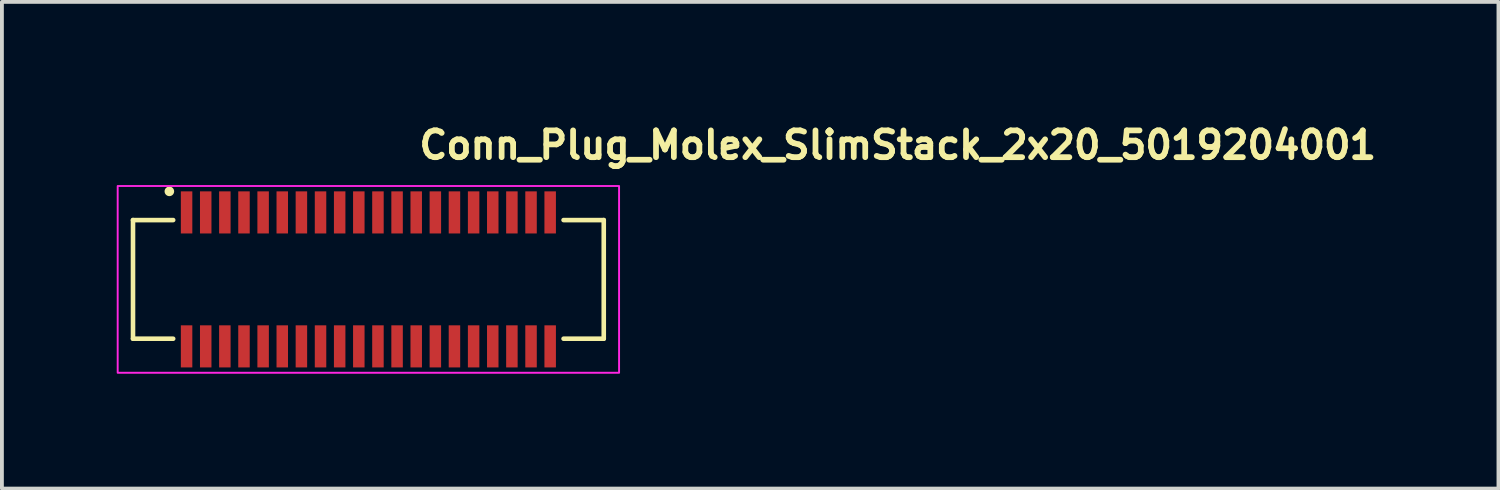
<source format=kicad_pcb>
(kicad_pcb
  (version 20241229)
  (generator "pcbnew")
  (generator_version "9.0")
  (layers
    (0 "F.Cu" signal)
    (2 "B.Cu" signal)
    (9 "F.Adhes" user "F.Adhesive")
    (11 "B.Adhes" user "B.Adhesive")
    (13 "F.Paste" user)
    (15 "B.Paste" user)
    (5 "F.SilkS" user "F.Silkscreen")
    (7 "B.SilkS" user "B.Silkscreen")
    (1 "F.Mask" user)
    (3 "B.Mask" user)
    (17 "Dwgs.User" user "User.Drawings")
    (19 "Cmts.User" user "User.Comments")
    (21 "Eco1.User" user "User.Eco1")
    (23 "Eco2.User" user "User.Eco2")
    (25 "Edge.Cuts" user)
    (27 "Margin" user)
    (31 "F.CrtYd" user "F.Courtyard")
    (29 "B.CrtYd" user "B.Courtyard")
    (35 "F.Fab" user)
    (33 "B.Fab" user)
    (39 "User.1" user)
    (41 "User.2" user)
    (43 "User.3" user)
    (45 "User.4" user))
  (footprint "Conn_Plug_Molex_SlimStack_2x20_5019204001"
    (layer "F.Cu")
    (at 6.575 4.25)
    (property "Reference" "Conn_Plug_Molex_SlimStack_2x20_5019204001" (at 1.25 -3.1 0) (layer "F.SilkS") (effects (font (size 0.7 0.7) (thickness 0.15)) (justify left bottom)))
    (attr smd)
    (fp_line (start -6.15 -1.55) (end -6.15 1.55) (stroke (width 0.12) (type solid)) (layer "F.SilkS"))
    (fp_line (start -6.15 1.55) (end -5.1 1.55) (stroke (width 0.12) (type solid)) (layer "F.SilkS"))
    (fp_line (start -5.1 -1.55) (end -6.15 -1.55) (stroke (width 0.12) (type solid)) (layer "F.SilkS"))
    (fp_line (start 5.1 1.55) (end 6.15 1.55) (stroke (width 0.12) (type solid)) (layer "F.SilkS"))
    (fp_line (start 6.15 -1.55) (end 5.1 -1.55) (stroke (width 0.12) (type solid)) (layer "F.SilkS"))
    (fp_line (start 6.15 1.55) (end 6.15 -1.55) (stroke (width 0.12) (type solid)) (layer "F.SilkS"))
    (fp_circle (center -5.2 -2.3) (end -5.15 -2.3) (stroke (width 0.15) (type solid)) (fill yes) (layer "F.SilkS"))
    (fp_rect (start -6.55 -2.44) (end 6.55 2.44) (stroke (width 0.05) (type solid)) (fill no) (layer "F.CrtYd"))
    (fp_rect (start -6.15 -2.05) (end 6.15 2.05) (stroke (width 0.1) (type solid)) (fill no) (layer "User.5"))
    (fp_line (start -6.15 -1.399) (end -6.15 1.399) (stroke (width 0.02) (type solid)) (layer "User.9"))
    (fp_line (start -6.15 1.399) (end -6 1.55) (stroke (width 0.02) (type solid)) (layer "User.9"))
    (fp_line (start -6 -1.55) (end -6.15 -1.399) (stroke (width 0.02) (type solid)) (layer "User.9"))
    (fp_line (start -5.55 -1.55) (end -6 -1.55) (stroke (width 0.02) (type solid)) (layer "User.9"))
    (fp_line (start -5.55 -1.55) (end -5.4 -1.399) (stroke (width 0.02) (type solid)) (layer "User.9"))
    (fp_line (start -5.55 -1.55) (end -0.25 -1.55) (stroke (width 0.02) (type solid)) (layer "User.9"))
    (fp_line (start -5.55 1.55) (end -6 1.55) (stroke (width 0.02) (type solid)) (layer "User.9"))
    (fp_line (start -5.55 1.55) (end -5.55 -1.55) (stroke (width 0.02) (type solid)) (layer "User.9"))
    (fp_line (start -5.4 -1.399) (end 5.4 -1.399) (stroke (width 0.02) (type solid)) (layer "User.9"))
    (fp_line (start -5.4 1.399) (end -5.55 1.55) (stroke (width 0.02) (type solid)) (layer "User.9"))
    (fp_line (start -5.4 1.399) (end -5.4 -1.399) (stroke (width 0.02) (type solid)) (layer "User.9"))
    (fp_line (start -5.269 -1.085) (end -5.186 -1.001) (stroke (width 0.02) (type solid)) (layer "User.9"))
    (fp_line (start -5.269 1.085) (end -5.186 1.001) (stroke (width 0.02) (type solid)) (layer "User.9"))
    (fp_line (start -5.186 -1.001) (end -5.186 -1.001) (stroke (width 0.02) (type solid)) (layer "User.9"))
    (fp_line (start -5.186 -1.001) (end -5.12 -0.935) (stroke (width 0.02) (type solid)) (layer "User.9"))
    (fp_line (start -5.186 1.001) (end -5.186 1.001) (stroke (width 0.02) (type solid)) (layer "User.9"))
    (fp_line (start -5.186 1.001) (end -5.12 0.935) (stroke (width 0.02) (type solid)) (layer "User.9"))
    (fp_line (start -5.12 -0.935) (end -4.849 -0.935) (stroke (width 0.02) (type solid)) (layer "User.9"))
    (fp_line (start -5.12 0.935) (end -5.12 -0.935) (stroke (width 0.02) (type solid)) (layer "User.9"))
    (fp_line (start -4.849 -1.085) (end -4.849 -1.165) (stroke (width 0.02) (type solid)) (layer "User.9"))
    (fp_line (start -4.849 -1.085) (end -4.849 -0.935) (stroke (width 0.02) (type solid)) (layer "User.9"))
    (fp_line (start -4.849 -1.085) (end -4.65 -1.085) (stroke (width 0.02) (type solid)) (layer "User.9"))
    (fp_line (start -4.849 -0.935) (end -4.835 -0.935) (stroke (width 0.02) (type solid)) (layer "User.9"))
    (fp_line (start -4.849 0.935) (end -5.12 0.935) (stroke (width 0.02) (type solid)) (layer "User.9"))
    (fp_line (start -4.849 0.935) (end -4.835 0.935) (stroke (width 0.02) (type solid)) (layer "User.9"))
    (fp_line (start -4.849 1.085) (end -4.849 0.935) (stroke (width 0.02) (type solid)) (layer "User.9"))
    (fp_line (start -4.849 1.085) (end -4.65 1.085) (stroke (width 0.02) (type solid)) (layer "User.9"))
    (fp_line (start -4.849 1.165) (end -4.849 1.085) (stroke (width 0.02) (type solid)) (layer "User.9"))
    (fp_line (start -4.835 -2.05) (end -4.835 -1.55) (stroke (width 0.02) (type solid)) (layer "User.9"))
    (fp_line (start -4.835 -2.05) (end -4.665 -2.05) (stroke (width 0.02) (type solid)) (layer "User.9"))
    (fp_line (start -4.835 -1.085) (end -4.835 -0.985) (stroke (width 0.02) (type solid)) (layer "User.9"))
    (fp_line (start -4.835 -0.985) (end -4.835 -0.935) (stroke (width 0.02) (type solid)) (layer "User.9"))
    (fp_line (start -4.835 -0.985) (end -4.665 -0.985) (stroke (width 0.02) (type solid)) (layer "User.9"))
    (fp_line (start -4.835 -0.935) (end -4.665 -0.935) (stroke (width 0.02) (type solid)) (layer "User.9"))
    (fp_line (start -4.835 0.935) (end -4.835 0.985) (stroke (width 0.02) (type solid)) (layer "User.9"))
    (fp_line (start -4.835 0.935) (end -4.665 0.935) (stroke (width 0.02) (type solid)) (layer "User.9"))
    (fp_line (start -4.835 0.985) (end -4.835 1.085) (stroke (width 0.02) (type solid)) (layer "User.9"))
    (fp_line (start -4.835 0.985) (end -4.665 0.985) (stroke (width 0.02) (type solid)) (layer "User.9"))
    (fp_line (start -4.835 1.55) (end -4.835 2.05) (stroke (width 0.02) (type solid)) (layer "User.9"))
    (fp_line (start -4.835 2.05) (end -4.665 2.05) (stroke (width 0.02) (type solid)) (layer "User.9"))
    (fp_line (start -4.665 -2.05) (end -4.665 -1.55) (stroke (width 0.02) (type solid)) (layer "User.9"))
    (fp_line (start -4.665 -1.085) (end -4.665 -0.985) (stroke (width 0.02) (type solid)) (layer "User.9"))
    (fp_line (start -4.665 -0.985) (end -4.665 -0.935) (stroke (width 0.02) (type solid)) (layer "User.9"))
    (fp_line (start -4.665 -0.935) (end -4.65 -0.935) (stroke (width 0.02) (type solid)) (layer "User.9"))
    (fp_line (start -4.665 0.935) (end -4.665 0.985) (stroke (width 0.02) (type solid)) (layer "User.9"))
    (fp_line (start -4.665 0.935) (end -4.65 0.935) (stroke (width 0.02) (type solid)) (layer "User.9"))
    (fp_line (start -4.665 0.985) (end -4.665 1.085) (stroke (width 0.02) (type solid)) (layer "User.9"))
    (fp_line (start -4.665 1.55) (end -4.665 2.05) (stroke (width 0.02) (type solid)) (layer "User.9"))
    (fp_line (start -4.65 -1.085) (end -4.65 -1.165) (stroke (width 0.02) (type solid)) (layer "User.9"))
    (fp_line (start -4.65 -1.085) (end -4.65 -0.935) (stroke (width 0.02) (type solid)) (layer "User.9"))
    (fp_line (start -4.65 -0.935) (end -4.349 -0.935) (stroke (width 0.02) (type solid)) (layer "User.9"))
    (fp_line (start -4.65 1.085) (end -4.65 0.935) (stroke (width 0.02) (type solid)) (layer "User.9"))
    (fp_line (start -4.65 1.165) (end -4.65 1.085) (stroke (width 0.02) (type solid)) (layer "User.9"))
    (fp_line (start -4.349 -1.085) (end -4.349 -1.165) (stroke (width 0.02) (type solid)) (layer "User.9"))
    (fp_line (start -4.349 -1.085) (end -4.349 -0.935) (stroke (width 0.02) (type solid)) (layer "User.9"))
    (fp_line (start -4.349 -1.085) (end -4.15 -1.085) (stroke (width 0.02) (type solid)) (layer "User.9"))
    (fp_line (start -4.349 -0.935) (end -4.335 -0.935) (stroke (width 0.02) (type solid)) (layer "User.9"))
    (fp_line (start -4.349 0.935) (end -4.65 0.935) (stroke (width 0.02) (type solid)) (layer "User.9"))
    (fp_line (start -4.349 0.935) (end -4.335 0.935) (stroke (width 0.02) (type solid)) (layer "User.9"))
    (fp_line (start -4.349 1.085) (end -4.349 0.935) (stroke (width 0.02) (type solid)) (layer "User.9"))
    (fp_line (start -4.349 1.085) (end -4.15 1.085) (stroke (width 0.02) (type solid)) (layer "User.9"))
    (fp_line (start -4.349 1.165) (end -4.349 1.085) (stroke (width 0.02) (type solid)) (layer "User.9"))
    (fp_line (start -4.335 -2.05) (end -4.335 -1.55) (stroke (width 0.02) (type solid)) (layer "User.9"))
    (fp_line (start -4.335 -2.05) (end -4.165 -2.05) (stroke (width 0.02) (type solid)) (layer "User.9"))
    (fp_line (start -4.335 -1.085) (end -4.335 -0.985) (stroke (width 0.02) (type solid)) (layer "User.9"))
    (fp_line (start -4.335 -0.985) (end -4.335 -0.935) (stroke (width 0.02) (type solid)) (layer "User.9"))
    (fp_line (start -4.335 -0.985) (end -4.165 -0.985) (stroke (width 0.02) (type solid)) (layer "User.9"))
    (fp_line (start -4.335 -0.935) (end -4.165 -0.935) (stroke (width 0.02) (type solid)) (layer "User.9"))
    (fp_line (start -4.335 0.935) (end -4.335 0.985) (stroke (width 0.02) (type solid)) (layer "User.9"))
    (fp_line (start -4.335 0.935) (end -4.165 0.935) (stroke (width 0.02) (type solid)) (layer "User.9"))
    (fp_line (start -4.335 0.985) (end -4.335 1.085) (stroke (width 0.02) (type solid)) (layer "User.9"))
    (fp_line (start -4.335 0.985) (end -4.165 0.985) (stroke (width 0.02) (type solid)) (layer "User.9"))
    (fp_line (start -4.335 1.55) (end -4.335 2.05) (stroke (width 0.02) (type solid)) (layer "User.9"))
    (fp_line (start -4.335 2.05) (end -4.165 2.05) (stroke (width 0.02) (type solid)) (layer "User.9"))
    (fp_line (start -4.165 -2.05) (end -4.165 -1.55) (stroke (width 0.02) (type solid)) (layer "User.9"))
    (fp_line (start -4.165 -1.085) (end -4.165 -0.985) (stroke (width 0.02) (type solid)) (layer "User.9"))
    (fp_line (start -4.165 -0.985) (end -4.165 -0.935) (stroke (width 0.02) (type solid)) (layer "User.9"))
    (fp_line (start -4.165 -0.935) (end -4.15 -0.935) (stroke (width 0.02) (type solid)) (layer "User.9"))
    (fp_line (start -4.165 0.935) (end -4.165 0.985) (stroke (width 0.02) (type solid)) (layer "User.9"))
    (fp_line (start -4.165 0.935) (end -4.15 0.935) (stroke (width 0.02) (type solid)) (layer "User.9"))
    (fp_line (start -4.165 0.985) (end -4.165 1.085) (stroke (width 0.02) (type solid)) (layer "User.9"))
    (fp_line (start -4.165 1.55) (end -4.165 2.05) (stroke (width 0.02) (type solid)) (layer "User.9"))
    (fp_line (start -4.15 -1.085) (end -4.15 -1.165) (stroke (width 0.02) (type solid)) (layer "User.9"))
    (fp_line (start -4.15 -1.085) (end -4.15 -0.935) (stroke (width 0.02) (type solid)) (layer "User.9"))
    (fp_line (start -4.15 -0.935) (end -3.849 -0.935) (stroke (width 0.02) (type solid)) (layer "User.9"))
    (fp_line (start -4.15 1.085) (end -4.15 0.935) (stroke (width 0.02) (type solid)) (layer "User.9"))
    (fp_line (start -4.15 1.165) (end -4.15 1.085) (stroke (width 0.02) (type solid)) (layer "User.9"))
    (fp_line (start -3.849 -1.085) (end -3.849 -1.165) (stroke (width 0.02) (type solid)) (layer "User.9"))
    (fp_line (start -3.849 -1.085) (end -3.849 -0.935) (stroke (width 0.02) (type solid)) (layer "User.9"))
    (fp_line (start -3.849 -1.085) (end -3.65 -1.085) (stroke (width 0.02) (type solid)) (layer "User.9"))
    (fp_line (start -3.849 -0.935) (end -3.835 -0.935) (stroke (width 0.02) (type solid)) (layer "User.9"))
    (fp_line (start -3.849 0.935) (end -4.15 0.935) (stroke (width 0.02) (type solid)) (layer "User.9"))
    (fp_line (start -3.849 0.935) (end -3.835 0.935) (stroke (width 0.02) (type solid)) (layer "User.9"))
    (fp_line (start -3.849 1.085) (end -3.849 0.935) (stroke (width 0.02) (type solid)) (layer "User.9"))
    (fp_line (start -3.849 1.085) (end -3.65 1.085) (stroke (width 0.02) (type solid)) (layer "User.9"))
    (fp_line (start -3.849 1.165) (end -3.849 1.085) (stroke (width 0.02) (type solid)) (layer "User.9"))
    (fp_line (start -3.835 -2.05) (end -3.835 -1.55) (stroke (width 0.02) (type solid)) (layer "User.9"))
    (fp_line (start -3.835 -2.05) (end -3.665 -2.05) (stroke (width 0.02) (type solid)) (layer "User.9"))
    (fp_line (start -3.835 -1.085) (end -3.835 -0.985) (stroke (width 0.02) (type solid)) (layer "User.9"))
    (fp_line (start -3.835 -0.985) (end -3.835 -0.935) (stroke (width 0.02) (type solid)) (layer "User.9"))
    (fp_line (start -3.835 -0.985) (end -3.665 -0.985) (stroke (width 0.02) (type solid)) (layer "User.9"))
    (fp_line (start -3.835 -0.935) (end -3.665 -0.935) (stroke (width 0.02) (type solid)) (layer "User.9"))
    (fp_line (start -3.835 0.935) (end -3.835 0.985) (stroke (width 0.02) (type solid)) (layer "User.9"))
    (fp_line (start -3.835 0.935) (end -3.665 0.935) (stroke (width 0.02) (type solid)) (layer "User.9"))
    (fp_line (start -3.835 0.985) (end -3.835 1.085) (stroke (width 0.02) (type solid)) (layer "User.9"))
    (fp_line (start -3.835 0.985) (end -3.665 0.985) (stroke (width 0.02) (type solid)) (layer "User.9"))
    (fp_line (start -3.835 1.55) (end -3.835 2.05) (stroke (width 0.02) (type solid)) (layer "User.9"))
    (fp_line (start -3.835 2.05) (end -3.665 2.05) (stroke (width 0.02) (type solid)) (layer "User.9"))
    (fp_line (start -3.665 -2.05) (end -3.665 -1.55) (stroke (width 0.02) (type solid)) (layer "User.9"))
    (fp_line (start -3.665 -1.085) (end -3.665 -0.985) (stroke (width 0.02) (type solid)) (layer "User.9"))
    (fp_line (start -3.665 -0.985) (end -3.665 -0.935) (stroke (width 0.02) (type solid)) (layer "User.9"))
    (fp_line (start -3.665 -0.935) (end -3.65 -0.935) (stroke (width 0.02) (type solid)) (layer "User.9"))
    (fp_line (start -3.665 0.935) (end -3.665 0.985) (stroke (width 0.02) (type solid)) (layer "User.9"))
    (fp_line (start -3.665 0.935) (end -3.65 0.935) (stroke (width 0.02) (type solid)) (layer "User.9"))
    (fp_line (start -3.665 0.985) (end -3.665 1.085) (stroke (width 0.02) (type solid)) (layer "User.9"))
    (fp_line (start -3.665 1.55) (end -3.665 2.05) (stroke (width 0.02) (type solid)) (layer "User.9"))
    (fp_line (start -3.65 -1.085) (end -3.65 -1.165) (stroke (width 0.02) (type solid)) (layer "User.9"))
    (fp_line (start -3.65 -1.085) (end -3.65 -0.935) (stroke (width 0.02) (type solid)) (layer "User.9"))
    (fp_line (start -3.65 -0.935) (end -3.35 -0.935) (stroke (width 0.02) (type solid)) (layer "User.9"))
    (fp_line (start -3.65 1.085) (end -3.65 0.935) (stroke (width 0.02) (type solid)) (layer "User.9"))
    (fp_line (start -3.65 1.165) (end -3.65 1.085) (stroke (width 0.02) (type solid)) (layer "User.9"))
    (fp_line (start -3.35 -1.085) (end -3.35 -1.165) (stroke (width 0.02) (type solid)) (layer "User.9"))
    (fp_line (start -3.35 -1.085) (end -3.35 -0.935) (stroke (width 0.02) (type solid)) (layer "User.9"))
    (fp_line (start -3.35 -1.085) (end -3.15 -1.085) (stroke (width 0.02) (type solid)) (layer "User.9"))
    (fp_line (start -3.35 -0.935) (end -3.335 -0.935) (stroke (width 0.02) (type solid)) (layer "User.9"))
    (fp_line (start -3.35 0.935) (end -3.65 0.935) (stroke (width 0.02) (type solid)) (layer "User.9"))
    (fp_line (start -3.35 0.935) (end -3.335 0.935) (stroke (width 0.02) (type solid)) (layer "User.9"))
    (fp_line (start -3.35 1.085) (end -3.35 0.935) (stroke (width 0.02) (type solid)) (layer "User.9"))
    (fp_line (start -3.35 1.085) (end -3.15 1.085) (stroke (width 0.02) (type solid)) (layer "User.9"))
    (fp_line (start -3.35 1.165) (end -3.35 1.085) (stroke (width 0.02) (type solid)) (layer "User.9"))
    (fp_line (start -3.335 -2.05) (end -3.335 -1.55) (stroke (width 0.02) (type solid)) (layer "User.9"))
    (fp_line (start -3.335 -2.05) (end -3.165 -2.05) (stroke (width 0.02) (type solid)) (layer "User.9"))
    (fp_line (start -3.335 -1.085) (end -3.335 -0.985) (stroke (width 0.02) (type solid)) (layer "User.9"))
    (fp_line (start -3.335 -0.985) (end -3.335 -0.935) (stroke (width 0.02) (type solid)) (layer "User.9"))
    (fp_line (start -3.335 -0.985) (end -3.165 -0.985) (stroke (width 0.02) (type solid)) (layer "User.9"))
    (fp_line (start -3.335 -0.935) (end -3.165 -0.935) (stroke (width 0.02) (type solid)) (layer "User.9"))
    (fp_line (start -3.335 0.935) (end -3.335 0.985) (stroke (width 0.02) (type solid)) (layer "User.9"))
    (fp_line (start -3.335 0.935) (end -3.165 0.935) (stroke (width 0.02) (type solid)) (layer "User.9"))
    (fp_line (start -3.335 0.985) (end -3.335 1.085) (stroke (width 0.02) (type solid)) (layer "User.9"))
    (fp_line (start -3.335 0.985) (end -3.165 0.985) (stroke (width 0.02) (type solid)) (layer "User.9"))
    (fp_line (start -3.335 1.55) (end -3.335 2.05) (stroke (width 0.02) (type solid)) (layer "User.9"))
    (fp_line (start -3.335 2.05) (end -3.165 2.05) (stroke (width 0.02) (type solid)) (layer "User.9"))
    (fp_line (start -3.165 -2.05) (end -3.165 -1.55) (stroke (width 0.02) (type solid)) (layer "User.9"))
    (fp_line (start -3.165 -1.085) (end -3.165 -0.985) (stroke (width 0.02) (type solid)) (layer "User.9"))
    (fp_line (start -3.165 -0.985) (end -3.165 -0.935) (stroke (width 0.02) (type solid)) (layer "User.9"))
    (fp_line (start -3.165 -0.935) (end -3.15 -0.935) (stroke (width 0.02) (type solid)) (layer "User.9"))
    (fp_line (start -3.165 0.935) (end -3.165 0.985) (stroke (width 0.02) (type solid)) (layer "User.9"))
    (fp_line (start -3.165 0.935) (end -3.15 0.935) (stroke (width 0.02) (type solid)) (layer "User.9"))
    (fp_line (start -3.165 0.985) (end -3.165 1.085) (stroke (width 0.02) (type solid)) (layer "User.9"))
    (fp_line (start -3.165 1.55) (end -3.165 2.05) (stroke (width 0.02) (type solid)) (layer "User.9"))
    (fp_line (start -3.15 -1.085) (end -3.15 -1.165) (stroke (width 0.02) (type solid)) (layer "User.9"))
    (fp_line (start -3.15 -1.085) (end -3.15 -0.935) (stroke (width 0.02) (type solid)) (layer "User.9"))
    (fp_line (start -3.15 -0.935) (end -2.85 -0.935) (stroke (width 0.02) (type solid)) (layer "User.9"))
    (fp_line (start -3.15 1.085) (end -3.15 0.935) (stroke (width 0.02) (type solid)) (layer "User.9"))
    (fp_line (start -3.15 1.165) (end -3.15 1.085) (stroke (width 0.02) (type solid)) (layer "User.9"))
    (fp_line (start -2.85 -1.085) (end -2.85 -1.165) (stroke (width 0.02) (type solid)) (layer "User.9"))
    (fp_line (start -2.85 -1.085) (end -2.85 -0.935) (stroke (width 0.02) (type solid)) (layer "User.9"))
    (fp_line (start -2.85 -1.085) (end -2.65 -1.085) (stroke (width 0.02) (type solid)) (layer "User.9"))
    (fp_line (start -2.85 -0.935) (end -2.835 -0.935) (stroke (width 0.02) (type solid)) (layer "User.9"))
    (fp_line (start -2.85 0.935) (end -3.15 0.935) (stroke (width 0.02) (type solid)) (layer "User.9"))
    (fp_line (start -2.85 0.935) (end -2.835 0.935) (stroke (width 0.02) (type solid)) (layer "User.9"))
    (fp_line (start -2.85 1.085) (end -2.85 0.935) (stroke (width 0.02) (type solid)) (layer "User.9"))
    (fp_line (start -2.85 1.085) (end -2.65 1.085) (stroke (width 0.02) (type solid)) (layer "User.9"))
    (fp_line (start -2.85 1.165) (end -2.85 1.085) (stroke (width 0.02) (type solid)) (layer "User.9"))
    (fp_line (start -2.835 -2.05) (end -2.835 -1.55) (stroke (width 0.02) (type solid)) (layer "User.9"))
    (fp_line (start -2.835 -2.05) (end -2.665 -2.05) (stroke (width 0.02) (type solid)) (layer "User.9"))
    (fp_line (start -2.835 -1.085) (end -2.835 -0.985) (stroke (width 0.02) (type solid)) (layer "User.9"))
    (fp_line (start -2.835 -0.985) (end -2.835 -0.935) (stroke (width 0.02) (type solid)) (layer "User.9"))
    (fp_line (start -2.835 -0.985) (end -2.665 -0.985) (stroke (width 0.02) (type solid)) (layer "User.9"))
    (fp_line (start -2.835 -0.935) (end -2.665 -0.935) (stroke (width 0.02) (type solid)) (layer "User.9"))
    (fp_line (start -2.835 0.935) (end -2.835 0.985) (stroke (width 0.02) (type solid)) (layer "User.9"))
    (fp_line (start -2.835 0.935) (end -2.665 0.935) (stroke (width 0.02) (type solid)) (layer "User.9"))
    (fp_line (start -2.835 0.985) (end -2.835 1.085) (stroke (width 0.02) (type solid)) (layer "User.9"))
    (fp_line (start -2.835 0.985) (end -2.665 0.985) (stroke (width 0.02) (type solid)) (layer "User.9"))
    (fp_line (start -2.835 1.55) (end -2.835 2.05) (stroke (width 0.02) (type solid)) (layer "User.9"))
    (fp_line (start -2.835 2.05) (end -2.665 2.05) (stroke (width 0.02) (type solid)) (layer "User.9"))
    (fp_line (start -2.665 -2.05) (end -2.665 -1.55) (stroke (width 0.02) (type solid)) (layer "User.9"))
    (fp_line (start -2.665 -1.085) (end -2.665 -0.985) (stroke (width 0.02) (type solid)) (layer "User.9"))
    (fp_line (start -2.665 -0.985) (end -2.665 -0.935) (stroke (width 0.02) (type solid)) (layer "User.9"))
    (fp_line (start -2.665 -0.935) (end -2.65 -0.935) (stroke (width 0.02) (type solid)) (layer "User.9"))
    (fp_line (start -2.665 0.935) (end -2.665 0.985) (stroke (width 0.02) (type solid)) (layer "User.9"))
    (fp_line (start -2.665 0.935) (end -2.65 0.935) (stroke (width 0.02) (type solid)) (layer "User.9"))
    (fp_line (start -2.665 0.985) (end -2.665 1.085) (stroke (width 0.02) (type solid)) (layer "User.9"))
    (fp_line (start -2.665 1.55) (end -2.665 2.05) (stroke (width 0.02) (type solid)) (layer "User.9"))
    (fp_line (start -2.65 -1.085) (end -2.65 -1.165) (stroke (width 0.02) (type solid)) (layer "User.9"))
    (fp_line (start -2.65 -1.085) (end -2.65 -0.935) (stroke (width 0.02) (type solid)) (layer "User.9"))
    (fp_line (start -2.65 -0.935) (end -2.35 -0.935) (stroke (width 0.02) (type solid)) (layer "User.9"))
    (fp_line (start -2.65 1.085) (end -2.65 0.935) (stroke (width 0.02) (type solid)) (layer "User.9"))
    (fp_line (start -2.65 1.165) (end -2.65 1.085) (stroke (width 0.02) (type solid)) (layer "User.9"))
    (fp_line (start -2.35 -1.085) (end -2.35 -1.165) (stroke (width 0.02) (type solid)) (layer "User.9"))
    (fp_line (start -2.35 -1.085) (end -2.35 -0.935) (stroke (width 0.02) (type solid)) (layer "User.9"))
    (fp_line (start -2.35 -1.085) (end -2.15 -1.085) (stroke (width 0.02) (type solid)) (layer "User.9"))
    (fp_line (start -2.35 -0.935) (end -2.335 -0.935) (stroke (width 0.02) (type solid)) (layer "User.9"))
    (fp_line (start -2.35 0.935) (end -2.65 0.935) (stroke (width 0.02) (type solid)) (layer "User.9"))
    (fp_line (start -2.35 0.935) (end -2.335 0.935) (stroke (width 0.02) (type solid)) (layer "User.9"))
    (fp_line (start -2.35 1.085) (end -2.35 0.935) (stroke (width 0.02) (type solid)) (layer "User.9"))
    (fp_line (start -2.35 1.085) (end -2.15 1.085) (stroke (width 0.02) (type solid)) (layer "User.9"))
    (fp_line (start -2.35 1.165) (end -2.35 1.085) (stroke (width 0.02) (type solid)) (layer "User.9"))
    (fp_line (start -2.335 -2.05) (end -2.335 -1.55) (stroke (width 0.02) (type solid)) (layer "User.9"))
    (fp_line (start -2.335 -2.05) (end -2.165 -2.05) (stroke (width 0.02) (type solid)) (layer "User.9"))
    (fp_line (start -2.335 -1.085) (end -2.335 -0.985) (stroke (width 0.02) (type solid)) (layer "User.9"))
    (fp_line (start -2.335 -0.985) (end -2.335 -0.935) (stroke (width 0.02) (type solid)) (layer "User.9"))
    (fp_line (start -2.335 -0.985) (end -2.165 -0.985) (stroke (width 0.02) (type solid)) (layer "User.9"))
    (fp_line (start -2.335 -0.935) (end -2.165 -0.935) (stroke (width 0.02) (type solid)) (layer "User.9"))
    (fp_line (start -2.335 0.935) (end -2.335 0.985) (stroke (width 0.02) (type solid)) (layer "User.9"))
    (fp_line (start -2.335 0.935) (end -2.165 0.935) (stroke (width 0.02) (type solid)) (layer "User.9"))
    (fp_line (start -2.335 0.985) (end -2.335 1.085) (stroke (width 0.02) (type solid)) (layer "User.9"))
    (fp_line (start -2.335 0.985) (end -2.165 0.985) (stroke (width 0.02) (type solid)) (layer "User.9"))
    (fp_line (start -2.335 1.55) (end -2.335 2.05) (stroke (width 0.02) (type solid)) (layer "User.9"))
    (fp_line (start -2.335 2.05) (end -2.165 2.05) (stroke (width 0.02) (type solid)) (layer "User.9"))
    (fp_line (start -2.165 -2.05) (end -2.165 -1.55) (stroke (width 0.02) (type solid)) (layer "User.9"))
    (fp_line (start -2.165 -1.085) (end -2.165 -0.985) (stroke (width 0.02) (type solid)) (layer "User.9"))
    (fp_line (start -2.165 -0.985) (end -2.165 -0.935) (stroke (width 0.02) (type solid)) (layer "User.9"))
    (fp_line (start -2.165 -0.935) (end -2.15 -0.935) (stroke (width 0.02) (type solid)) (layer "User.9"))
    (fp_line (start -2.165 0.935) (end -2.165 0.985) (stroke (width 0.02) (type solid)) (layer "User.9"))
    (fp_line (start -2.165 0.935) (end -2.15 0.935) (stroke (width 0.02) (type solid)) (layer "User.9"))
    (fp_line (start -2.165 0.985) (end -2.165 1.085) (stroke (width 0.02) (type solid)) (layer "User.9"))
    (fp_line (start -2.165 1.55) (end -2.165 2.05) (stroke (width 0.02) (type solid)) (layer "User.9"))
    (fp_line (start -2.15 -1.085) (end -2.15 -1.165) (stroke (width 0.02) (type solid)) (layer "User.9"))
    (fp_line (start -2.15 -1.085) (end -2.15 -0.935) (stroke (width 0.02) (type solid)) (layer "User.9"))
    (fp_line (start -2.15 -0.935) (end -1.85 -0.935) (stroke (width 0.02) (type solid)) (layer "User.9"))
    (fp_line (start -2.15 1.085) (end -2.15 0.935) (stroke (width 0.02) (type solid)) (layer "User.9"))
    (fp_line (start -2.15 1.165) (end -2.15 1.085) (stroke (width 0.02) (type solid)) (layer "User.9"))
    (fp_line (start -1.85 -1.085) (end -1.85 -1.165) (stroke (width 0.02) (type solid)) (layer "User.9"))
    (fp_line (start -1.85 -1.085) (end -1.85 -0.935) (stroke (width 0.02) (type solid)) (layer "User.9"))
    (fp_line (start -1.85 -1.085) (end -1.65 -1.085) (stroke (width 0.02) (type solid)) (layer "User.9"))
    (fp_line (start -1.85 -0.935) (end -1.835 -0.935) (stroke (width 0.02) (type solid)) (layer "User.9"))
    (fp_line (start -1.85 0.935) (end -2.15 0.935) (stroke (width 0.02) (type solid)) (layer "User.9"))
    (fp_line (start -1.85 0.935) (end -1.835 0.935) (stroke (width 0.02) (type solid)) (layer "User.9"))
    (fp_line (start -1.85 1.085) (end -1.85 0.935) (stroke (width 0.02) (type solid)) (layer "User.9"))
    (fp_line (start -1.85 1.085) (end -1.65 1.085) (stroke (width 0.02) (type solid)) (layer "User.9"))
    (fp_line (start -1.85 1.165) (end -1.85 1.085) (stroke (width 0.02) (type solid)) (layer "User.9"))
    (fp_line (start -1.835 -2.05) (end -1.835 -1.55) (stroke (width 0.02) (type solid)) (layer "User.9"))
    (fp_line (start -1.835 -2.05) (end -1.665 -2.05) (stroke (width 0.02) (type solid)) (layer "User.9"))
    (fp_line (start -1.835 -1.085) (end -1.835 -0.985) (stroke (width 0.02) (type solid)) (layer "User.9"))
    (fp_line (start -1.835 -0.985) (end -1.835 -0.935) (stroke (width 0.02) (type solid)) (layer "User.9"))
    (fp_line (start -1.835 -0.985) (end -1.665 -0.985) (stroke (width 0.02) (type solid)) (layer "User.9"))
    (fp_line (start -1.835 -0.935) (end -1.665 -0.935) (stroke (width 0.02) (type solid)) (layer "User.9"))
    (fp_line (start -1.835 0.935) (end -1.835 0.985) (stroke (width 0.02) (type solid)) (layer "User.9"))
    (fp_line (start -1.835 0.935) (end -1.665 0.935) (stroke (width 0.02) (type solid)) (layer "User.9"))
    (fp_line (start -1.835 0.985) (end -1.835 1.085) (stroke (width 0.02) (type solid)) (layer "User.9"))
    (fp_line (start -1.835 0.985) (end -1.665 0.985) (stroke (width 0.02) (type solid)) (layer "User.9"))
    (fp_line (start -1.835 1.55) (end -1.835 2.05) (stroke (width 0.02) (type solid)) (layer "User.9"))
    (fp_line (start -1.835 2.05) (end -1.665 2.05) (stroke (width 0.02) (type solid)) (layer "User.9"))
    (fp_line (start -1.665 -2.05) (end -1.665 -1.55) (stroke (width 0.02) (type solid)) (layer "User.9"))
    (fp_line (start -1.665 -1.085) (end -1.665 -0.985) (stroke (width 0.02) (type solid)) (layer "User.9"))
    (fp_line (start -1.665 -0.985) (end -1.665 -0.935) (stroke (width 0.02) (type solid)) (layer "User.9"))
    (fp_line (start -1.665 -0.935) (end -1.65 -0.935) (stroke (width 0.02) (type solid)) (layer "User.9"))
    (fp_line (start -1.665 0.935) (end -1.665 0.985) (stroke (width 0.02) (type solid)) (layer "User.9"))
    (fp_line (start -1.665 0.935) (end -1.65 0.935) (stroke (width 0.02) (type solid)) (layer "User.9"))
    (fp_line (start -1.665 0.985) (end -1.665 1.085) (stroke (width 0.02) (type solid)) (layer "User.9"))
    (fp_line (start -1.665 1.55) (end -1.665 2.05) (stroke (width 0.02) (type solid)) (layer "User.9"))
    (fp_line (start -1.65 -1.085) (end -1.65 -1.165) (stroke (width 0.02) (type solid)) (layer "User.9"))
    (fp_line (start -1.65 -1.085) (end -1.65 -0.935) (stroke (width 0.02) (type solid)) (layer "User.9"))
    (fp_line (start -1.65 -0.935) (end -1.35 -0.935) (stroke (width 0.02) (type solid)) (layer "User.9"))
    (fp_line (start -1.65 1.085) (end -1.65 0.935) (stroke (width 0.02) (type solid)) (layer "User.9"))
    (fp_line (start -1.65 1.165) (end -1.65 1.085) (stroke (width 0.02) (type solid)) (layer "User.9"))
    (fp_line (start -1.35 -1.085) (end -1.35 -1.165) (stroke (width 0.02) (type solid)) (layer "User.9"))
    (fp_line (start -1.35 -1.085) (end -1.35 -0.935) (stroke (width 0.02) (type solid)) (layer "User.9"))
    (fp_line (start -1.35 -1.085) (end -1.15 -1.085) (stroke (width 0.02) (type solid)) (layer "User.9"))
    (fp_line (start -1.35 -0.935) (end -1.335 -0.935) (stroke (width 0.02) (type solid)) (layer "User.9"))
    (fp_line (start -1.35 0.935) (end -1.65 0.935) (stroke (width 0.02) (type solid)) (layer "User.9"))
    (fp_line (start -1.35 0.935) (end -1.335 0.935) (stroke (width 0.02) (type solid)) (layer "User.9"))
    (fp_line (start -1.35 1.085) (end -1.35 0.935) (stroke (width 0.02) (type solid)) (layer "User.9"))
    (fp_line (start -1.35 1.085) (end -1.15 1.085) (stroke (width 0.02) (type solid)) (layer "User.9"))
    (fp_line (start -1.35 1.165) (end -1.35 1.085) (stroke (width 0.02) (type solid)) (layer "User.9"))
    (fp_line (start -1.335 -2.05) (end -1.335 -1.55) (stroke (width 0.02) (type solid)) (layer "User.9"))
    (fp_line (start -1.335 -2.05) (end -1.165 -2.05) (stroke (width 0.02) (type solid)) (layer "User.9"))
    (fp_line (start -1.335 -1.085) (end -1.335 -0.985) (stroke (width 0.02) (type solid)) (layer "User.9"))
    (fp_line (start -1.335 -0.985) (end -1.335 -0.935) (stroke (width 0.02) (type solid)) (layer "User.9"))
    (fp_line (start -1.335 -0.985) (end -1.165 -0.985) (stroke (width 0.02) (type solid)) (layer "User.9"))
    (fp_line (start -1.335 -0.935) (end -1.165 -0.935) (stroke (width 0.02) (type solid)) (layer "User.9"))
    (fp_line (start -1.335 0.935) (end -1.335 0.985) (stroke (width 0.02) (type solid)) (layer "User.9"))
    (fp_line (start -1.335 0.935) (end -1.165 0.935) (stroke (width 0.02) (type solid)) (layer "User.9"))
    (fp_line (start -1.335 0.985) (end -1.335 1.085) (stroke (width 0.02) (type solid)) (layer "User.9"))
    (fp_line (start -1.335 0.985) (end -1.165 0.985) (stroke (width 0.02) (type solid)) (layer "User.9"))
    (fp_line (start -1.335 1.55) (end -1.335 2.05) (stroke (width 0.02) (type solid)) (layer "User.9"))
    (fp_line (start -1.335 2.05) (end -1.165 2.05) (stroke (width 0.02) (type solid)) (layer "User.9"))
    (fp_line (start -1.165 -2.05) (end -1.165 -1.55) (stroke (width 0.02) (type solid)) (layer "User.9"))
    (fp_line (start -1.165 -1.085) (end -1.165 -0.985) (stroke (width 0.02) (type solid)) (layer "User.9"))
    (fp_line (start -1.165 -0.985) (end -1.165 -0.935) (stroke (width 0.02) (type solid)) (layer "User.9"))
    (fp_line (start -1.165 -0.935) (end -1.15 -0.935) (stroke (width 0.02) (type solid)) (layer "User.9"))
    (fp_line (start -1.165 0.935) (end -1.165 0.985) (stroke (width 0.02) (type solid)) (layer "User.9"))
    (fp_line (start -1.165 0.935) (end -1.15 0.935) (stroke (width 0.02) (type solid)) (layer "User.9"))
    (fp_line (start -1.165 0.985) (end -1.165 1.085) (stroke (width 0.02) (type solid)) (layer "User.9"))
    (fp_line (start -1.165 1.55) (end -1.165 2.05) (stroke (width 0.02) (type solid)) (layer "User.9"))
    (fp_line (start -1.15 -1.085) (end -1.15 -1.165) (stroke (width 0.02) (type solid)) (layer "User.9"))
    (fp_line (start -1.15 -1.085) (end -1.15 -0.935) (stroke (width 0.02) (type solid)) (layer "User.9"))
    (fp_line (start -1.15 -0.935) (end -0.85 -0.935) (stroke (width 0.02) (type solid)) (layer "User.9"))
    (fp_line (start -1.15 1.085) (end -1.15 0.935) (stroke (width 0.02) (type solid)) (layer "User.9"))
    (fp_line (start -1.15 1.165) (end -1.15 1.085) (stroke (width 0.02) (type solid)) (layer "User.9"))
    (fp_line (start -0.85 -1.085) (end -0.85 -1.165) (stroke (width 0.02) (type solid)) (layer "User.9"))
    (fp_line (start -0.85 -1.085) (end -0.85 -0.935) (stroke (width 0.02) (type solid)) (layer "User.9"))
    (fp_line (start -0.85 -1.085) (end -0.649 -1.085) (stroke (width 0.02) (type solid)) (layer "User.9"))
    (fp_line (start -0.85 -0.935) (end -0.835 -0.935) (stroke (width 0.02) (type solid)) (layer "User.9"))
    (fp_line (start -0.85 0.935) (end -1.15 0.935) (stroke (width 0.02) (type solid)) (layer "User.9"))
    (fp_line (start -0.85 0.935) (end -0.835 0.935) (stroke (width 0.02) (type solid)) (layer "User.9"))
    (fp_line (start -0.85 1.085) (end -0.85 0.935) (stroke (width 0.02) (type solid)) (layer "User.9"))
    (fp_line (start -0.85 1.085) (end -0.649 1.085) (stroke (width 0.02) (type solid)) (layer "User.9"))
    (fp_line (start -0.85 1.165) (end -0.85 1.085) (stroke (width 0.02) (type solid)) (layer "User.9"))
    (fp_line (start -0.835 -2.05) (end -0.835 -1.55) (stroke (width 0.02) (type solid)) (layer "User.9"))
    (fp_line (start -0.835 -2.05) (end -0.665 -2.05) (stroke (width 0.02) (type solid)) (layer "User.9"))
    (fp_line (start -0.835 -1.085) (end -0.835 -0.985) (stroke (width 0.02) (type solid)) (layer "User.9"))
    (fp_line (start -0.835 -0.985) (end -0.835 -0.935) (stroke (width 0.02) (type solid)) (layer "User.9"))
    (fp_line (start -0.835 -0.985) (end -0.665 -0.985) (stroke (width 0.02) (type solid)) (layer "User.9"))
    (fp_line (start -0.835 -0.935) (end -0.665 -0.935) (stroke (width 0.02) (type solid)) (layer "User.9"))
    (fp_line (start -0.835 0.935) (end -0.835 0.985) (stroke (width 0.02) (type solid)) (layer "User.9"))
    (fp_line (start -0.835 0.935) (end -0.665 0.935) (stroke (width 0.02) (type solid)) (layer "User.9"))
    (fp_line (start -0.835 0.985) (end -0.835 1.085) (stroke (width 0.02) (type solid)) (layer "User.9"))
    (fp_line (start -0.835 0.985) (end -0.665 0.985) (stroke (width 0.02) (type solid)) (layer "User.9"))
    (fp_line (start -0.835 1.55) (end -0.835 2.05) (stroke (width 0.02) (type solid)) (layer "User.9"))
    (fp_line (start -0.835 2.05) (end -0.665 2.05) (stroke (width 0.02) (type solid)) (layer "User.9"))
    (fp_line (start -0.665 -2.05) (end -0.665 -1.55) (stroke (width 0.02) (type solid)) (layer "User.9"))
    (fp_line (start -0.665 -1.085) (end -0.665 -0.985) (stroke (width 0.02) (type solid)) (layer "User.9"))
    (fp_line (start -0.665 -0.985) (end -0.665 -0.935) (stroke (width 0.02) (type solid)) (layer "User.9"))
    (fp_line (start -0.665 -0.935) (end -0.649 -0.935) (stroke (width 0.02) (type solid)) (layer "User.9"))
    (fp_line (start -0.665 0.935) (end -0.665 0.985) (stroke (width 0.02) (type solid)) (layer "User.9"))
    (fp_line (start -0.665 0.935) (end -0.649 0.935) (stroke (width 0.02) (type solid)) (layer "User.9"))
    (fp_line (start -0.665 0.985) (end -0.665 1.085) (stroke (width 0.02) (type solid)) (layer "User.9"))
    (fp_line (start -0.665 1.55) (end -0.665 2.05) (stroke (width 0.02) (type solid)) (layer "User.9"))
    (fp_line (start -0.649 -1.085) (end -0.649 -1.165) (stroke (width 0.02) (type solid)) (layer "User.9"))
    (fp_line (start -0.649 -1.085) (end -0.649 -0.935) (stroke (width 0.02) (type solid)) (layer "User.9"))
    (fp_line (start -0.649 -0.935) (end -0.35 -0.935) (stroke (width 0.02) (type solid)) (layer "User.9"))
    (fp_line (start -0.649 1.085) (end -0.649 0.935) (stroke (width 0.02) (type solid)) (layer "User.9"))
    (fp_line (start -0.649 1.165) (end -0.649 1.085) (stroke (width 0.02) (type solid)) (layer "User.9"))
    (fp_line (start -0.35 -1.085) (end -0.35 -1.165) (stroke (width 0.02) (type solid)) (layer "User.9"))
    (fp_line (start -0.35 -1.085) (end -0.35 -0.935) (stroke (width 0.02) (type solid)) (layer "User.9"))
    (fp_line (start -0.35 -1.085) (end -0.149 -1.085) (stroke (width 0.02) (type solid)) (layer "User.9"))
    (fp_line (start -0.35 -0.935) (end -0.335 -0.935) (stroke (width 0.02) (type solid)) (layer "User.9"))
    (fp_line (start -0.35 0.935) (end -0.649 0.935) (stroke (width 0.02) (type solid)) (layer "User.9"))
    (fp_line (start -0.35 0.935) (end -0.335 0.935) (stroke (width 0.02) (type solid)) (layer "User.9"))
    (fp_line (start -0.35 1.085) (end -0.35 0.935) (stroke (width 0.02) (type solid)) (layer "User.9"))
    (fp_line (start -0.35 1.085) (end -0.149 1.085) (stroke (width 0.02) (type solid)) (layer "User.9"))
    (fp_line (start -0.35 1.165) (end -0.35 1.085) (stroke (width 0.02) (type solid)) (layer "User.9"))
    (fp_line (start -0.335 -2.05) (end -0.335 -1.55) (stroke (width 0.02) (type solid)) (layer "User.9"))
    (fp_line (start -0.335 -2.05) (end -0.165 -2.05) (stroke (width 0.02) (type solid)) (layer "User.9"))
    (fp_line (start -0.335 -1.085) (end -0.335 -0.985) (stroke (width 0.02) (type solid)) (layer "User.9"))
    (fp_line (start -0.335 -0.985) (end -0.335 -0.935) (stroke (width 0.02) (type solid)) (layer "User.9"))
    (fp_line (start -0.335 -0.985) (end -0.165 -0.985) (stroke (width 0.02) (type solid)) (layer "User.9"))
    (fp_line (start -0.335 -0.935) (end -0.165 -0.935) (stroke (width 0.02) (type solid)) (layer "User.9"))
    (fp_line (start -0.335 0.935) (end -0.335 0.985) (stroke (width 0.02) (type solid)) (layer "User.9"))
    (fp_line (start -0.335 0.935) (end -0.165 0.935) (stroke (width 0.02) (type solid)) (layer "User.9"))
    (fp_line (start -0.335 0.985) (end -0.335 1.085) (stroke (width 0.02) (type solid)) (layer "User.9"))
    (fp_line (start -0.335 0.985) (end -0.165 0.985) (stroke (width 0.02) (type solid)) (layer "User.9"))
    (fp_line (start -0.335 1.55) (end -0.335 2.05) (stroke (width 0.02) (type solid)) (layer "User.9"))
    (fp_line (start -0.335 2.05) (end -0.165 2.05) (stroke (width 0.02) (type solid)) (layer "User.9"))
    (fp_line (start -0.25 -1.649) (end -0.25 -1.55) (stroke (width 0.02) (type solid)) (layer "User.9"))
    (fp_line (start -0.25 1.55) (end -5.55 1.55) (stroke (width 0.02) (type solid)) (layer "User.9"))
    (fp_line (start -0.25 1.55) (end -0.25 1.649) (stroke (width 0.02) (type solid)) (layer "User.9"))
    (fp_line (start -0.165 -2.05) (end -0.165 -1.649) (stroke (width 0.02) (type solid)) (layer "User.9"))
    (fp_line (start -0.165 -1.085) (end -0.165 -0.985) (stroke (width 0.02) (type solid)) (layer "User.9"))
    (fp_line (start -0.165 -0.985) (end -0.165 -0.935) (stroke (width 0.02) (type solid)) (layer "User.9"))
    (fp_line (start -0.165 -0.935) (end -0.149 -0.935) (stroke (width 0.02) (type solid)) (layer "User.9"))
    (fp_line (start -0.165 0.935) (end -0.165 0.985) (stroke (width 0.02) (type solid)) (layer "User.9"))
    (fp_line (start -0.165 0.935) (end -0.149 0.935) (stroke (width 0.02) (type solid)) (layer "User.9"))
    (fp_line (start -0.165 0.985) (end -0.165 1.085) (stroke (width 0.02) (type solid)) (layer "User.9"))
    (fp_line (start -0.165 1.649) (end -0.165 2.05) (stroke (width 0.02) (type solid)) (layer "User.9"))
    (fp_line (start -0.149 -1.085) (end -0.149 -1.165) (stroke (width 0.02) (type solid)) (layer "User.9"))
    (fp_line (start -0.149 -1.085) (end -0.149 -0.935) (stroke (width 0.02) (type solid)) (layer "User.9"))
    (fp_line (start -0.149 -0.935) (end 0.15 -0.935) (stroke (width 0.02) (type solid)) (layer "User.9"))
    (fp_line (start -0.149 1.085) (end -0.149 0.935) (stroke (width 0.02) (type solid)) (layer "User.9"))
    (fp_line (start -0.149 1.165) (end -0.149 1.085) (stroke (width 0.02) (type solid)) (layer "User.9"))
    (fp_line (start 0.15 -1.085) (end 0.15 -1.165) (stroke (width 0.02) (type solid)) (layer "User.9"))
    (fp_line (start 0.15 -1.085) (end 0.15 -0.935) (stroke (width 0.02) (type solid)) (layer "User.9"))
    (fp_line (start 0.15 -1.085) (end 0.35 -1.085) (stroke (width 0.02) (type solid)) (layer "User.9"))
    (fp_line (start 0.15 -0.935) (end 0.165 -0.935) (stroke (width 0.02) (type solid)) (layer "User.9"))
    (fp_line (start 0.15 0.935) (end -0.149 0.935) (stroke (width 0.02) (type solid)) (layer "User.9"))
    (fp_line (start 0.15 0.935) (end 0.165 0.935) (stroke (width 0.02) (type solid)) (layer "User.9"))
    (fp_line (start 0.15 1.085) (end 0.15 0.935) (stroke (width 0.02) (type solid)) (layer "User.9"))
    (fp_line (start 0.15 1.085) (end 0.35 1.085) (stroke (width 0.02) (type solid)) (layer "User.9"))
    (fp_line (start 0.15 1.165) (end 0.15 1.085) (stroke (width 0.02) (type solid)) (layer "User.9"))
    (fp_line (start 0.165 -2.05) (end 0.165 -1.649) (stroke (width 0.02) (type solid)) (layer "User.9"))
    (fp_line (start 0.165 -2.05) (end 0.335 -2.05) (stroke (width 0.02) (type solid)) (layer "User.9"))
    (fp_line (start 0.165 -1.085) (end 0.165 -0.985) (stroke (width 0.02) (type solid)) (layer "User.9"))
    (fp_line (start 0.165 -0.985) (end 0.165 -0.935) (stroke (width 0.02) (type solid)) (layer "User.9"))
    (fp_line (start 0.165 -0.985) (end 0.335 -0.985) (stroke (width 0.02) (type solid)) (layer "User.9"))
    (fp_line (start 0.165 -0.935) (end 0.335 -0.935) (stroke (width 0.02) (type solid)) (layer "User.9"))
    (fp_line (start 0.165 0.935) (end 0.165 0.985) (stroke (width 0.02) (type solid)) (layer "User.9"))
    (fp_line (start 0.165 0.935) (end 0.335 0.935) (stroke (width 0.02) (type solid)) (layer "User.9"))
    (fp_line (start 0.165 0.985) (end 0.165 1.085) (stroke (width 0.02) (type solid)) (layer "User.9"))
    (fp_line (start 0.165 0.985) (end 0.335 0.985) (stroke (width 0.02) (type solid)) (layer "User.9"))
    (fp_line (start 0.165 1.649) (end 0.165 2.05) (stroke (width 0.02) (type solid)) (layer "User.9"))
    (fp_line (start 0.165 2.05) (end 0.335 2.05) (stroke (width 0.02) (type solid)) (layer "User.9"))
    (fp_line (start 0.25 -1.649) (end -0.25 -1.649) (stroke (width 0.02) (type solid)) (layer "User.9"))
    (fp_line (start 0.25 -1.649) (end 0.25 -1.55) (stroke (width 0.02) (type solid)) (layer "User.9"))
    (fp_line (start 0.25 -1.55) (end -0.25 -1.55) (stroke (width 0.02) (type solid)) (layer "User.9"))
    (fp_line (start 0.25 -1.55) (end 2.25 -1.55) (stroke (width 0.02) (type solid)) (layer "User.9"))
    (fp_line (start 0.25 1.55) (end -0.25 1.55) (stroke (width 0.02) (type solid)) (layer "User.9"))
    (fp_line (start 0.25 1.55) (end 0.25 1.649) (stroke (width 0.02) (type solid)) (layer "User.9"))
    (fp_line (start 0.25 1.649) (end -0.25 1.649) (stroke (width 0.02) (type solid)) (layer "User.9"))
    (fp_line (start 0.335 -2.05) (end 0.335 -1.55) (stroke (width 0.02) (type solid)) (layer "User.9"))
    (fp_line (start 0.335 -1.085) (end 0.335 -0.985) (stroke (width 0.02) (type solid)) (layer "User.9"))
    (fp_line (start 0.335 -0.985) (end 0.335 -0.935) (stroke (width 0.02) (type solid)) (layer "User.9"))
    (fp_line (start 0.335 -0.935) (end 0.35 -0.935) (stroke (width 0.02) (type solid)) (layer "User.9"))
    (fp_line (start 0.335 0.935) (end 0.335 0.985) (stroke (width 0.02) (type solid)) (layer "User.9"))
    (fp_line (start 0.335 0.935) (end 0.35 0.935) (stroke (width 0.02) (type solid)) (layer "User.9"))
    (fp_line (start 0.335 0.985) (end 0.335 1.085) (stroke (width 0.02) (type solid)) (layer "User.9"))
    (fp_line (start 0.335 1.55) (end 0.335 2.05) (stroke (width 0.02) (type solid)) (layer "User.9"))
    (fp_line (start 0.35 -1.085) (end 0.35 -1.165) (stroke (width 0.02) (type solid)) (layer "User.9"))
    (fp_line (start 0.35 -1.085) (end 0.35 -0.935) (stroke (width 0.02) (type solid)) (layer "User.9"))
    (fp_line (start 0.35 -0.935) (end 0.65 -0.935) (stroke (width 0.02) (type solid)) (layer "User.9"))
    (fp_line (start 0.35 1.085) (end 0.35 0.935) (stroke (width 0.02) (type solid)) (layer "User.9"))
    (fp_line (start 0.35 1.165) (end 0.35 1.085) (stroke (width 0.02) (type solid)) (layer "User.9"))
    (fp_line (start 0.65 -1.085) (end 0.65 -1.165) (stroke (width 0.02) (type solid)) (layer "User.9"))
    (fp_line (start 0.65 -1.085) (end 0.65 -0.935) (stroke (width 0.02) (type solid)) (layer "User.9"))
    (fp_line (start 0.65 -1.085) (end 0.85 -1.085) (stroke (width 0.02) (type solid)) (layer "User.9"))
    (fp_line (start 0.65 -0.935) (end 0.665 -0.935) (stroke (width 0.02) (type solid)) (layer "User.9"))
    (fp_line (start 0.65 0.935) (end 0.35 0.935) (stroke (width 0.02) (type solid)) (layer "User.9"))
    (fp_line (start 0.65 0.935) (end 0.665 0.935) (stroke (width 0.02) (type solid)) (layer "User.9"))
    (fp_line (start 0.65 1.085) (end 0.65 0.935) (stroke (width 0.02) (type solid)) (layer "User.9"))
    (fp_line (start 0.65 1.085) (end 0.85 1.085) (stroke (width 0.02) (type solid)) (layer "User.9"))
    (fp_line (start 0.65 1.165) (end 0.65 1.085) (stroke (width 0.02) (type solid)) (layer "User.9"))
    (fp_line (start 0.665 -2.05) (end 0.665 -1.55) (stroke (width 0.02) (type solid)) (layer "User.9"))
    (fp_line (start 0.665 -2.05) (end 0.836 -2.05) (stroke (width 0.02) (type solid)) (layer "User.9"))
    (fp_line (start 0.665 -1.085) (end 0.665 -0.985) (stroke (width 0.02) (type solid)) (layer "User.9"))
    (fp_line (start 0.665 -0.985) (end 0.665 -0.935) (stroke (width 0.02) (type solid)) (layer "User.9"))
    (fp_line (start 0.665 -0.985) (end 0.836 -0.985) (stroke (width 0.02) (type solid)) (layer "User.9"))
    (fp_line (start 0.665 -0.935) (end 0.836 -0.935) (stroke (width 0.02) (type solid)) (layer "User.9"))
    (fp_line (start 0.665 0.935) (end 0.665 0.985) (stroke (width 0.02) (type solid)) (layer "User.9"))
    (fp_line (start 0.665 0.935) (end 0.836 0.935) (stroke (width 0.02) (type solid)) (layer "User.9"))
    (fp_line (start 0.665 0.985) (end 0.665 1.085) (stroke (width 0.02) (type solid)) (layer "User.9"))
    (fp_line (start 0.665 0.985) (end 0.836 0.985) (stroke (width 0.02) (type solid)) (layer "User.9"))
    (fp_line (start 0.665 1.55) (end 0.665 2.05) (stroke (width 0.02) (type solid)) (layer "User.9"))
    (fp_line (start 0.665 2.05) (end 0.836 2.05) (stroke (width 0.02) (type solid)) (layer "User.9"))
    (fp_line (start 0.836 -2.05) (end 0.836 -1.55) (stroke (width 0.02) (type solid)) (layer "User.9"))
    (fp_line (start 0.836 -1.085) (end 0.836 -0.985) (stroke (width 0.02) (type solid)) (layer "User.9"))
    (fp_line (start 0.836 -0.985) (end 0.836 -0.935) (stroke (width 0.02) (type solid)) (layer "User.9"))
    (fp_line (start 0.836 -0.935) (end 0.85 -0.935) (stroke (width 0.02) (type solid)) (layer "User.9"))
    (fp_line (start 0.836 0.935) (end 0.836 0.985) (stroke (width 0.02) (type solid)) (layer "User.9"))
    (fp_line (start 0.836 0.935) (end 0.85 0.935) (stroke (width 0.02) (type solid)) (layer "User.9"))
    (fp_line (start 0.836 0.985) (end 0.836 1.085) (stroke (width 0.02) (type solid)) (layer "User.9"))
    (fp_line (start 0.836 1.55) (end 0.836 2.05) (stroke (width 0.02) (type solid)) (layer "User.9"))
    (fp_line (start 0.85 -1.085) (end 0.85 -1.165) (stroke (width 0.02) (type solid)) (layer "User.9"))
    (fp_line (start 0.85 -1.085) (end 0.85 -0.935) (stroke (width 0.02) (type solid)) (layer "User.9"))
    (fp_line (start 0.85 -0.935) (end 1.15 -0.935) (stroke (width 0.02) (type solid)) (layer "User.9"))
    (fp_line (start 0.85 1.085) (end 0.85 0.935) (stroke (width 0.02) (type solid)) (layer "User.9"))
    (fp_line (start 0.85 1.165) (end 0.85 1.085) (stroke (width 0.02) (type solid)) (layer "User.9"))
    (fp_line (start 1.15 -1.085) (end 1.15 -1.165) (stroke (width 0.02) (type solid)) (layer "User.9"))
    (fp_line (start 1.15 -1.085) (end 1.15 -0.935) (stroke (width 0.02) (type solid)) (layer "User.9"))
    (fp_line (start 1.15 -1.085) (end 1.35 -1.085) (stroke (width 0.02) (type solid)) (layer "User.9"))
    (fp_line (start 1.15 -0.935) (end 1.165 -0.935) (stroke (width 0.02) (type solid)) (layer "User.9"))
    (fp_line (start 1.15 0.935) (end 0.85 0.935) (stroke (width 0.02) (type solid)) (layer "User.9"))
    (fp_line (start 1.15 0.935) (end 1.165 0.935) (stroke (width 0.02) (type solid)) (layer "User.9"))
    (fp_line (start 1.15 1.085) (end 1.15 0.935) (stroke (width 0.02) (type solid)) (layer "User.9"))
    (fp_line (start 1.15 1.085) (end 1.35 1.085) (stroke (width 0.02) (type solid)) (layer "User.9"))
    (fp_line (start 1.15 1.165) (end 1.15 1.085) (stroke (width 0.02) (type solid)) (layer "User.9"))
    (fp_line (start 1.165 -2.05) (end 1.165 -1.55) (stroke (width 0.02) (type solid)) (layer "User.9"))
    (fp_line (start 1.165 -2.05) (end 1.335 -2.05) (stroke (width 0.02) (type solid)) (layer "User.9"))
    (fp_line (start 1.165 -1.085) (end 1.165 -0.985) (stroke (width 0.02) (type solid)) (layer "User.9"))
    (fp_line (start 1.165 -0.985) (end 1.165 -0.935) (stroke (width 0.02) (type solid)) (layer "User.9"))
    (fp_line (start 1.165 -0.985) (end 1.335 -0.985) (stroke (width 0.02) (type solid)) (layer "User.9"))
    (fp_line (start 1.165 -0.935) (end 1.335 -0.935) (stroke (width 0.02) (type solid)) (layer "User.9"))
    (fp_line (start 1.165 0.935) (end 1.165 0.985) (stroke (width 0.02) (type solid)) (layer "User.9"))
    (fp_line (start 1.165 0.935) (end 1.335 0.935) (stroke (width 0.02) (type solid)) (layer "User.9"))
    (fp_line (start 1.165 0.985) (end 1.165 1.085) (stroke (width 0.02) (type solid)) (layer "User.9"))
    (fp_line (start 1.165 0.985) (end 1.335 0.985) (stroke (width 0.02) (type solid)) (layer "User.9"))
    (fp_line (start 1.165 1.55) (end 1.165 2.05) (stroke (width 0.02) (type solid)) (layer "User.9"))
    (fp_line (start 1.165 2.05) (end 1.335 2.05) (stroke (width 0.02) (type solid)) (layer "User.9"))
    (fp_line (start 1.335 -2.05) (end 1.335 -1.55) (stroke (width 0.02) (type solid)) (layer "User.9"))
    (fp_line (start 1.335 -1.085) (end 1.335 -0.985) (stroke (width 0.02) (type solid)) (layer "User.9"))
    (fp_line (start 1.335 -0.985) (end 1.335 -0.935) (stroke (width 0.02) (type solid)) (layer "User.9"))
    (fp_line (start 1.335 -0.935) (end 1.35 -0.935) (stroke (width 0.02) (type solid)) (layer "User.9"))
    (fp_line (start 1.335 0.935) (end 1.335 0.985) (stroke (width 0.02) (type solid)) (layer "User.9"))
    (fp_line (start 1.335 0.935) (end 1.35 0.935) (stroke (width 0.02) (type solid)) (layer "User.9"))
    (fp_line (start 1.335 0.985) (end 1.335 1.085) (stroke (width 0.02) (type solid)) (layer "User.9"))
    (fp_line (start 1.335 1.55) (end 1.335 2.05) (stroke (width 0.02) (type solid)) (layer "User.9"))
    (fp_line (start 1.35 -1.085) (end 1.35 -1.165) (stroke (width 0.02) (type solid)) (layer "User.9"))
    (fp_line (start 1.35 -1.085) (end 1.35 -0.935) (stroke (width 0.02) (type solid)) (layer "User.9"))
    (fp_line (start 1.35 -0.935) (end 1.65 -0.935) (stroke (width 0.02) (type solid)) (layer "User.9"))
    (fp_line (start 1.35 1.085) (end 1.35 0.935) (stroke (width 0.02) (type solid)) (layer "User.9"))
    (fp_line (start 1.35 1.165) (end 1.35 1.085) (stroke (width 0.02) (type solid)) (layer "User.9"))
    (fp_line (start 1.65 -1.085) (end 1.65 -1.165) (stroke (width 0.02) (type solid)) (layer "User.9"))
    (fp_line (start 1.65 -1.085) (end 1.65 -0.935) (stroke (width 0.02) (type solid)) (layer "User.9"))
    (fp_line (start 1.65 -1.085) (end 1.85 -1.085) (stroke (width 0.02) (type solid)) (layer "User.9"))
    (fp_line (start 1.65 -0.935) (end 1.664 -0.935) (stroke (width 0.02) (type solid)) (layer "User.9"))
    (fp_line (start 1.65 0.935) (end 1.35 0.935) (stroke (width 0.02) (type solid)) (layer "User.9"))
    (fp_line (start 1.65 0.935) (end 1.664 0.935) (stroke (width 0.02) (type solid)) (layer "User.9"))
    (fp_line (start 1.65 1.085) (end 1.65 0.935) (stroke (width 0.02) (type solid)) (layer "User.9"))
    (fp_line (start 1.65 1.085) (end 1.85 1.085) (stroke (width 0.02) (type solid)) (layer "User.9"))
    (fp_line (start 1.65 1.165) (end 1.65 1.085) (stroke (width 0.02) (type solid)) (layer "User.9"))
    (fp_line (start 1.664 -2.05) (end 1.664 -1.55) (stroke (width 0.02) (type solid)) (layer "User.9"))
    (fp_line (start 1.664 -2.05) (end 1.835 -2.05) (stroke (width 0.02) (type solid)) (layer "User.9"))
    (fp_line (start 1.664 -1.085) (end 1.664 -0.985) (stroke (width 0.02) (type solid)) (layer "User.9"))
    (fp_line (start 1.664 -0.985) (end 1.664 -0.935) (stroke (width 0.02) (type solid)) (layer "User.9"))
    (fp_line (start 1.664 -0.985) (end 1.835 -0.985) (stroke (width 0.02) (type solid)) (layer "User.9"))
    (fp_line (start 1.664 -0.935) (end 1.835 -0.935) (stroke (width 0.02) (type solid)) (layer "User.9"))
    (fp_line (start 1.664 0.935) (end 1.664 0.985) (stroke (width 0.02) (type solid)) (layer "User.9"))
    (fp_line (start 1.664 0.935) (end 1.835 0.935) (stroke (width 0.02) (type solid)) (layer "User.9"))
    (fp_line (start 1.664 0.985) (end 1.664 1.085) (stroke (width 0.02) (type solid)) (layer "User.9"))
    (fp_line (start 1.664 0.985) (end 1.835 0.985) (stroke (width 0.02) (type solid)) (layer "User.9"))
    (fp_line (start 1.664 1.55) (end 1.664 2.05) (stroke (width 0.02) (type solid)) (layer "User.9"))
    (fp_line (start 1.664 2.05) (end 1.835 2.05) (stroke (width 0.02) (type solid)) (layer "User.9"))
    (fp_line (start 1.835 -2.05) (end 1.835 -1.55) (stroke (width 0.02) (type solid)) (layer "User.9"))
    (fp_line (start 1.835 -1.085) (end 1.835 -0.985) (stroke (width 0.02) (type solid)) (layer "User.9"))
    (fp_line (start 1.835 -0.985) (end 1.835 -0.935) (stroke (width 0.02) (type solid)) (layer "User.9"))
    (fp_line (start 1.835 -0.935) (end 1.85 -0.935) (stroke (width 0.02) (type solid)) (layer "User.9"))
    (fp_line (start 1.835 0.935) (end 1.835 0.985) (stroke (width 0.02) (type solid)) (layer "User.9"))
    (fp_line (start 1.835 0.935) (end 1.85 0.935) (stroke (width 0.02) (type solid)) (layer "User.9"))
    (fp_line (start 1.835 0.985) (end 1.835 1.085) (stroke (width 0.02) (type solid)) (layer "User.9"))
    (fp_line (start 1.835 1.55) (end 1.835 2.05) (stroke (width 0.02) (type solid)) (layer "User.9"))
    (fp_line (start 1.85 -1.085) (end 1.85 -1.165) (stroke (width 0.02) (type solid)) (layer "User.9"))
    (fp_line (start 1.85 -1.085) (end 1.85 -0.935) (stroke (width 0.02) (type solid)) (layer "User.9"))
    (fp_line (start 1.85 -0.935) (end 2.15 -0.935) (stroke (width 0.02) (type solid)) (layer "User.9"))
    (fp_line (start 1.85 1.085) (end 1.85 0.935) (stroke (width 0.02) (type solid)) (layer "User.9"))
    (fp_line (start 1.85 1.165) (end 1.85 1.085) (stroke (width 0.02) (type solid)) (layer "User.9"))
    (fp_line (start 2.15 -1.085) (end 2.15 -1.165) (stroke (width 0.02) (type solid)) (layer "User.9"))
    (fp_line (start 2.15 -1.085) (end 2.15 -0.935) (stroke (width 0.02) (type solid)) (layer "User.9"))
    (fp_line (start 2.15 -1.085) (end 2.35 -1.085) (stroke (width 0.02) (type solid)) (layer "User.9"))
    (fp_line (start 2.15 -0.935) (end 2.165 -0.935) (stroke (width 0.02) (type solid)) (layer "User.9"))
    (fp_line (start 2.15 0.935) (end 1.85 0.935) (stroke (width 0.02) (type solid)) (layer "User.9"))
    (fp_line (start 2.15 0.935) (end 2.165 0.935) (stroke (width 0.02) (type solid)) (layer "User.9"))
    (fp_line (start 2.15 1.085) (end 2.15 0.935) (stroke (width 0.02) (type solid)) (layer "User.9"))
    (fp_line (start 2.15 1.085) (end 2.35 1.085) (stroke (width 0.02) (type solid)) (layer "User.9"))
    (fp_line (start 2.15 1.165) (end 2.15 1.085) (stroke (width 0.02) (type solid)) (layer "User.9"))
    (fp_line (start 2.165 -2.05) (end 2.165 -1.55) (stroke (width 0.02) (type solid)) (layer "User.9"))
    (fp_line (start 2.165 -2.05) (end 2.335 -2.05) (stroke (width 0.02) (type solid)) (layer "User.9"))
    (fp_line (start 2.165 -1.085) (end 2.165 -0.985) (stroke (width 0.02) (type solid)) (layer "User.9"))
    (fp_line (start 2.165 -0.985) (end 2.165 -0.935) (stroke (width 0.02) (type solid)) (layer "User.9"))
    (fp_line (start 2.165 -0.985) (end 2.335 -0.985) (stroke (width 0.02) (type solid)) (layer "User.9"))
    (fp_line (start 2.165 -0.935) (end 2.335 -0.935) (stroke (width 0.02) (type solid)) (layer "User.9"))
    (fp_line (start 2.165 0.935) (end 2.165 0.985) (stroke (width 0.02) (type solid)) (layer "User.9"))
    (fp_line (start 2.165 0.935) (end 2.335 0.935) (stroke (width 0.02) (type solid)) (layer "User.9"))
    (fp_line (start 2.165 0.985) (end 2.165 1.085) (stroke (width 0.02) (type solid)) (layer "User.9"))
    (fp_line (start 2.165 0.985) (end 2.335 0.985) (stroke (width 0.02) (type solid)) (layer "User.9"))
    (fp_line (start 2.165 1.55) (end 2.165 2.05) (stroke (width 0.02) (type solid)) (layer "User.9"))
    (fp_line (start 2.165 2.05) (end 2.335 2.05) (stroke (width 0.02) (type solid)) (layer "User.9"))
    (fp_line (start 2.25 -1.649) (end 2.25 -1.55) (stroke (width 0.02) (type solid)) (layer "User.9"))
    (fp_line (start 2.25 -1.649) (end 2.75 -1.649) (stroke (width 0.02) (type solid)) (layer "User.9"))
    (fp_line (start 2.25 -1.55) (end 2.75 -1.55) (stroke (width 0.02) (type solid)) (layer "User.9"))
    (fp_line (start 2.25 1.55) (end 0.25 1.55) (stroke (width 0.02) (type solid)) (layer "User.9"))
    (fp_line (start 2.25 1.55) (end 2.25 1.649) (stroke (width 0.02) (type solid)) (layer "User.9"))
    (fp_line (start 2.25 1.55) (end 2.75 1.55) (stroke (width 0.02) (type solid)) (layer "User.9"))
    (fp_line (start 2.25 1.649) (end 2.75 1.649) (stroke (width 0.02) (type solid)) (layer "User.9"))
    (fp_line (start 2.335 -2.05) (end 2.335 -1.649) (stroke (width 0.02) (type solid)) (layer "User.9"))
    (fp_line (start 2.335 -1.085) (end 2.335 -0.985) (stroke (width 0.02) (type solid)) (layer "User.9"))
    (fp_line (start 2.335 -0.985) (end 2.335 -0.935) (stroke (width 0.02) (type solid)) (layer "User.9"))
    (fp_line (start 2.335 -0.935) (end 2.35 -0.935) (stroke (width 0.02) (type solid)) (layer "User.9"))
    (fp_line (start 2.335 0.935) (end 2.335 0.985) (stroke (width 0.02) (type solid)) (layer "User.9"))
    (fp_line (start 2.335 0.935) (end 2.35 0.935) (stroke (width 0.02) (type solid)) (layer "User.9"))
    (fp_line (start 2.335 0.985) (end 2.335 1.085) (stroke (width 0.02) (type solid)) (layer "User.9"))
    (fp_line (start 2.335 1.649) (end 2.335 2.05) (stroke (width 0.02) (type solid)) (layer "User.9"))
    (fp_line (start 2.35 -1.085) (end 2.35 -1.165) (stroke (width 0.02) (type solid)) (layer "User.9"))
    (fp_line (start 2.35 -1.085) (end 2.35 -0.935) (stroke (width 0.02) (type solid)) (layer "User.9"))
    (fp_line (start 2.35 -0.935) (end 2.649 -0.935) (stroke (width 0.02) (type solid)) (layer "User.9"))
    (fp_line (start 2.35 1.085) (end 2.35 0.935) (stroke (width 0.02) (type solid)) (layer "User.9"))
    (fp_line (start 2.35 1.165) (end 2.35 1.085) (stroke (width 0.02) (type solid)) (layer "User.9"))
    (fp_line (start 2.649 -1.085) (end 2.649 -1.165) (stroke (width 0.02) (type solid)) (layer "User.9"))
    (fp_line (start 2.649 -1.085) (end 2.649 -0.935) (stroke (width 0.02) (type solid)) (layer "User.9"))
    (fp_line (start 2.649 -1.085) (end 2.85 -1.085) (stroke (width 0.02) (type solid)) (layer "User.9"))
    (fp_line (start 2.649 -0.935) (end 2.665 -0.935) (stroke (width 0.02) (type solid)) (layer "User.9"))
    (fp_line (start 2.649 0.935) (end 2.35 0.935) (stroke (width 0.02) (type solid)) (layer "User.9"))
    (fp_line (start 2.649 0.935) (end 2.665 0.935) (stroke (width 0.02) (type solid)) (layer "User.9"))
    (fp_line (start 2.649 1.085) (end 2.649 0.935) (stroke (width 0.02) (type solid)) (layer "User.9"))
    (fp_line (start 2.649 1.085) (end 2.85 1.085) (stroke (width 0.02) (type solid)) (layer "User.9"))
    (fp_line (start 2.649 1.165) (end 2.649 1.085) (stroke (width 0.02) (type solid)) (layer "User.9"))
    (fp_line (start 2.665 -2.05) (end 2.665 -1.649) (stroke (width 0.02) (type solid)) (layer "User.9"))
    (fp_line (start 2.665 -2.05) (end 2.835 -2.05) (stroke (width 0.02) (type solid)) (layer "User.9"))
    (fp_line (start 2.665 -1.085) (end 2.665 -0.985) (stroke (width 0.02) (type solid)) (layer "User.9"))
    (fp_line (start 2.665 -0.985) (end 2.665 -0.935) (stroke (width 0.02) (type solid)) (layer "User.9"))
    (fp_line (start 2.665 -0.985) (end 2.835 -0.985) (stroke (width 0.02) (type solid)) (layer "User.9"))
    (fp_line (start 2.665 -0.935) (end 2.835 -0.935) (stroke (width 0.02) (type solid)) (layer "User.9"))
    (fp_line (start 2.665 0.935) (end 2.665 0.985) (stroke (width 0.02) (type solid)) (layer "User.9"))
    (fp_line (start 2.665 0.935) (end 2.835 0.935) (stroke (width 0.02) (type solid)) (layer "User.9"))
    (fp_line (start 2.665 0.985) (end 2.665 1.085) (stroke (width 0.02) (type solid)) (layer "User.9"))
    (fp_line (start 2.665 0.985) (end 2.835 0.985) (stroke (width 0.02) (type solid)) (layer "User.9"))
    (fp_line (start 2.665 1.649) (end 2.665 2.05) (stroke (width 0.02) (type solid)) (layer "User.9"))
    (fp_line (start 2.665 2.05) (end 2.835 2.05) (stroke (width 0.02) (type solid)) (layer "User.9"))
    (fp_line (start 2.75 -1.649) (end 2.75 -1.55) (stroke (width 0.02) (type solid)) (layer "User.9"))
    (fp_line (start 2.75 -1.55) (end 5.55 -1.55) (stroke (width 0.02) (type solid)) (layer "User.9"))
    (fp_line (start 2.75 1.55) (end 2.75 1.649) (stroke (width 0.02) (type solid)) (layer "User.9"))
    (fp_line (start 2.835 -2.05) (end 2.835 -1.55) (stroke (width 0.02) (type solid)) (layer "User.9"))
    (fp_line (start 2.835 -1.085) (end 2.835 -0.985) (stroke (width 0.02) (type solid)) (layer "User.9"))
    (fp_line (start 2.835 -0.985) (end 2.835 -0.935) (stroke (width 0.02) (type solid)) (layer "User.9"))
    (fp_line (start 2.835 -0.935) (end 2.85 -0.935) (stroke (width 0.02) (type solid)) (layer "User.9"))
    (fp_line (start 2.835 0.935) (end 2.835 0.985) (stroke (width 0.02) (type solid)) (layer "User.9"))
    (fp_line (start 2.835 0.935) (end 2.85 0.935) (stroke (width 0.02) (type solid)) (layer "User.9"))
    (fp_line (start 2.835 0.985) (end 2.835 1.085) (stroke (width 0.02) (type solid)) (layer "User.9"))
    (fp_line (start 2.835 1.55) (end 2.835 2.05) (stroke (width 0.02) (type solid)) (layer "User.9"))
    (fp_line (start 2.85 -1.085) (end 2.85 -1.165) (stroke (width 0.02) (type solid)) (layer "User.9"))
    (fp_line (start 2.85 -1.085) (end 2.85 -0.935) (stroke (width 0.02) (type solid)) (layer "User.9"))
    (fp_line (start 2.85 -0.935) (end 3.149 -0.935) (stroke (width 0.02) (type solid)) (layer "User.9"))
    (fp_line (start 2.85 1.085) (end 2.85 0.935) (stroke (width 0.02) (type solid)) (layer "User.9"))
    (fp_line (start 2.85 1.165) (end 2.85 1.085) (stroke (width 0.02) (type solid)) (layer "User.9"))
    (fp_line (start 3.149 -1.085) (end 3.149 -1.165) (stroke (width 0.02) (type solid)) (layer "User.9"))
    (fp_line (start 3.149 -1.085) (end 3.149 -0.935) (stroke (width 0.02) (type solid)) (layer "User.9"))
    (fp_line (start 3.149 -1.085) (end 3.35 -1.085) (stroke (width 0.02) (type solid)) (layer "User.9"))
    (fp_line (start 3.149 -0.935) (end 3.165 -0.935) (stroke (width 0.02) (type solid)) (layer "User.9"))
    (fp_line (start 3.149 0.935) (end 2.85 0.935) (stroke (width 0.02) (type solid)) (layer "User.9"))
    (fp_line (start 3.149 0.935) (end 3.165 0.935) (stroke (width 0.02) (type solid)) (layer "User.9"))
    (fp_line (start 3.149 1.085) (end 3.149 0.935) (stroke (width 0.02) (type solid)) (layer "User.9"))
    (fp_line (start 3.149 1.085) (end 3.35 1.085) (stroke (width 0.02) (type solid)) (layer "User.9"))
    (fp_line (start 3.149 1.165) (end 3.149 1.085) (stroke (width 0.02) (type solid)) (layer "User.9"))
    (fp_line (start 3.165 -2.05) (end 3.165 -1.55) (stroke (width 0.02) (type solid)) (layer "User.9"))
    (fp_line (start 3.165 -2.05) (end 3.335 -2.05) (stroke (width 0.02) (type solid)) (layer "User.9"))
    (fp_line (start 3.165 -1.085) (end 3.165 -0.985) (stroke (width 0.02) (type solid)) (layer "User.9"))
    (fp_line (start 3.165 -0.985) (end 3.165 -0.935) (stroke (width 0.02) (type solid)) (layer "User.9"))
    (fp_line (start 3.165 -0.985) (end 3.335 -0.985) (stroke (width 0.02) (type solid)) (layer "User.9"))
    (fp_line (start 3.165 -0.935) (end 3.335 -0.935) (stroke (width 0.02) (type solid)) (layer "User.9"))
    (fp_line (start 3.165 0.935) (end 3.165 0.985) (stroke (width 0.02) (type solid)) (layer "User.9"))
    (fp_line (start 3.165 0.935) (end 3.335 0.935) (stroke (width 0.02) (type solid)) (layer "User.9"))
    (fp_line (start 3.165 0.985) (end 3.165 1.085) (stroke (width 0.02) (type solid)) (layer "User.9"))
    (fp_line (start 3.165 0.985) (end 3.335 0.985) (stroke (width 0.02) (type solid)) (layer "User.9"))
    (fp_line (start 3.165 1.55) (end 3.165 2.05) (stroke (width 0.02) (type solid)) (layer "User.9"))
    (fp_line (start 3.165 2.05) (end 3.335 2.05) (stroke (width 0.02) (type solid)) (layer "User.9"))
    (fp_line (start 3.335 -2.05) (end 3.335 -1.55) (stroke (width 0.02) (type solid)) (layer "User.9"))
    (fp_line (start 3.335 -1.085) (end 3.335 -0.985) (stroke (width 0.02) (type solid)) (layer "User.9"))
    (fp_line (start 3.335 -0.985) (end 3.335 -0.935) (stroke (width 0.02) (type solid)) (layer "User.9"))
    (fp_line (start 3.335 -0.935) (end 3.35 -0.935) (stroke (width 0.02) (type solid)) (layer "User.9"))
    (fp_line (start 3.335 0.935) (end 3.335 0.985) (stroke (width 0.02) (type solid)) (layer "User.9"))
    (fp_line (start 3.335 0.935) (end 3.35 0.935) (stroke (width 0.02) (type solid)) (layer "User.9"))
    (fp_line (start 3.335 0.985) (end 3.335 1.085) (stroke (width 0.02) (type solid)) (layer "User.9"))
    (fp_line (start 3.335 1.55) (end 3.335 2.05) (stroke (width 0.02) (type solid)) (layer "User.9"))
    (fp_line (start 3.35 -1.085) (end 3.35 -1.165) (stroke (width 0.02) (type solid)) (layer "User.9"))
    (fp_line (start 3.35 -1.085) (end 3.35 -0.935) (stroke (width 0.02) (type solid)) (layer "User.9"))
    (fp_line (start 3.35 -0.935) (end 3.65 -0.935) (stroke (width 0.02) (type solid)) (layer "User.9"))
    (fp_line (start 3.35 1.085) (end 3.35 0.935) (stroke (width 0.02) (type solid)) (layer "User.9"))
    (fp_line (start 3.35 1.165) (end 3.35 1.085) (stroke (width 0.02) (type solid)) (layer "User.9"))
    (fp_line (start 3.65 -1.085) (end 3.65 -1.165) (stroke (width 0.02) (type solid)) (layer "User.9"))
    (fp_line (start 3.65 -1.085) (end 3.65 -0.935) (stroke (width 0.02) (type solid)) (layer "User.9"))
    (fp_line (start 3.65 -1.085) (end 3.85 -1.085) (stroke (width 0.02) (type solid)) (layer "User.9"))
    (fp_line (start 3.65 -0.935) (end 3.665 -0.935) (stroke (width 0.02) (type solid)) (layer "User.9"))
    (fp_line (start 3.65 0.935) (end 3.35 0.935) (stroke (width 0.02) (type solid)) (layer "User.9"))
    (fp_line (start 3.65 0.935) (end 3.665 0.935) (stroke (width 0.02) (type solid)) (layer "User.9"))
    (fp_line (start 3.65 1.085) (end 3.65 0.935) (stroke (width 0.02) (type solid)) (layer "User.9"))
    (fp_line (start 3.65 1.085) (end 3.85 1.085) (stroke (width 0.02) (type solid)) (layer "User.9"))
    (fp_line (start 3.65 1.165) (end 3.65 1.085) (stroke (width 0.02) (type solid)) (layer "User.9"))
    (fp_line (start 3.665 -2.05) (end 3.665 -1.55) (stroke (width 0.02) (type solid)) (layer "User.9"))
    (fp_line (start 3.665 -2.05) (end 3.835 -2.05) (stroke (width 0.02) (type solid)) (layer "User.9"))
    (fp_line (start 3.665 -1.085) (end 3.665 -0.985) (stroke (width 0.02) (type solid)) (layer "User.9"))
    (fp_line (start 3.665 -0.985) (end 3.665 -0.935) (stroke (width 0.02) (type solid)) (layer "User.9"))
    (fp_line (start 3.665 -0.985) (end 3.835 -0.985) (stroke (width 0.02) (type solid)) (layer "User.9"))
    (fp_line (start 3.665 -0.935) (end 3.835 -0.935) (stroke (width 0.02) (type solid)) (layer "User.9"))
    (fp_line (start 3.665 0.935) (end 3.665 0.985) (stroke (width 0.02) (type solid)) (layer "User.9"))
    (fp_line (start 3.665 0.935) (end 3.835 0.935) (stroke (width 0.02) (type solid)) (layer "User.9"))
    (fp_line (start 3.665 0.985) (end 3.665 1.085) (stroke (width 0.02) (type solid)) (layer "User.9"))
    (fp_line (start 3.665 0.985) (end 3.835 0.985) (stroke (width 0.02) (type solid)) (layer "User.9"))
    (fp_line (start 3.665 1.55) (end 3.665 2.05) (stroke (width 0.02) (type solid)) (layer "User.9"))
    (fp_line (start 3.665 2.05) (end 3.835 2.05) (stroke (width 0.02) (type solid)) (layer "User.9"))
    (fp_line (start 3.835 -2.05) (end 3.835 -1.55) (stroke (width 0.02) (type solid)) (layer "User.9"))
    (fp_line (start 3.835 -1.085) (end 3.835 -0.985) (stroke (width 0.02) (type solid)) (layer "User.9"))
    (fp_line (start 3.835 -0.985) (end 3.835 -0.935) (stroke (width 0.02) (type solid)) (layer "User.9"))
    (fp_line (start 3.835 -0.935) (end 3.85 -0.935) (stroke (width 0.02) (type solid)) (layer "User.9"))
    (fp_line (start 3.835 0.935) (end 3.835 0.985) (stroke (width 0.02) (type solid)) (layer "User.9"))
    (fp_line (start 3.835 0.935) (end 3.85 0.935) (stroke (width 0.02) (type solid)) (layer "User.9"))
    (fp_line (start 3.835 0.985) (end 3.835 1.085) (stroke (width 0.02) (type solid)) (layer "User.9"))
    (fp_line (start 3.835 1.55) (end 3.835 2.05) (stroke (width 0.02) (type solid)) (layer "User.9"))
    (fp_line (start 3.85 -1.085) (end 3.85 -1.165) (stroke (width 0.02) (type solid)) (layer "User.9"))
    (fp_line (start 3.85 -1.085) (end 3.85 -0.935) (stroke (width 0.02) (type solid)) (layer "User.9"))
    (fp_line (start 3.85 -0.935) (end 4.15 -0.935) (stroke (width 0.02) (type solid)) (layer "User.9"))
    (fp_line (start 3.85 1.085) (end 3.85 0.935) (stroke (width 0.02) (type solid)) (layer "User.9"))
    (fp_line (start 3.85 1.165) (end 3.85 1.085) (stroke (width 0.02) (type solid)) (layer "User.9"))
    (fp_line (start 4.15 -1.085) (end 4.15 -1.165) (stroke (width 0.02) (type solid)) (layer "User.9"))
    (fp_line (start 4.15 -1.085) (end 4.15 -0.935) (stroke (width 0.02) (type solid)) (layer "User.9"))
    (fp_line (start 4.15 -1.085) (end 4.35 -1.085) (stroke (width 0.02) (type solid)) (layer "User.9"))
    (fp_line (start 4.15 -0.935) (end 4.165 -0.935) (stroke (width 0.02) (type solid)) (layer "User.9"))
    (fp_line (start 4.15 0.935) (end 3.85 0.935) (stroke (width 0.02) (type solid)) (layer "User.9"))
    (fp_line (start 4.15 0.935) (end 4.165 0.935) (stroke (width 0.02) (type solid)) (layer "User.9"))
    (fp_line (start 4.15 1.085) (end 4.15 0.935) (stroke (width 0.02) (type solid)) (layer "User.9"))
    (fp_line (start 4.15 1.085) (end 4.35 1.085) (stroke (width 0.02) (type solid)) (layer "User.9"))
    (fp_line (start 4.15 1.165) (end 4.15 1.085) (stroke (width 0.02) (type solid)) (layer "User.9"))
    (fp_line (start 4.165 -2.05) (end 4.165 -1.55) (stroke (width 0.02) (type solid)) (layer "User.9"))
    (fp_line (start 4.165 -2.05) (end 4.335 -2.05) (stroke (width 0.02) (type solid)) (layer "User.9"))
    (fp_line (start 4.165 -1.085) (end 4.165 -0.985) (stroke (width 0.02) (type solid)) (layer "User.9"))
    (fp_line (start 4.165 -0.985) (end 4.165 -0.935) (stroke (width 0.02) (type solid)) (layer "User.9"))
    (fp_line (start 4.165 -0.985) (end 4.335 -0.985) (stroke (width 0.02) (type solid)) (layer "User.9"))
    (fp_line (start 4.165 -0.935) (end 4.335 -0.935) (stroke (width 0.02) (type solid)) (layer "User.9"))
    (fp_line (start 4.165 0.935) (end 4.165 0.985) (stroke (width 0.02) (type solid)) (layer "User.9"))
    (fp_line (start 4.165 0.935) (end 4.335 0.935) (stroke (width 0.02) (type solid)) (layer "User.9"))
    (fp_line (start 4.165 0.985) (end 4.165 1.085) (stroke (width 0.02) (type solid)) (layer "User.9"))
    (fp_line (start 4.165 0.985) (end 4.335 0.985) (stroke (width 0.02) (type solid)) (layer "User.9"))
    (fp_line (start 4.165 1.55) (end 4.165 2.05) (stroke (width 0.02) (type solid)) (layer "User.9"))
    (fp_line (start 4.165 2.05) (end 4.335 2.05) (stroke (width 0.02) (type solid)) (layer "User.9"))
    (fp_line (start 4.335 -2.05) (end 4.335 -1.55) (stroke (width 0.02) (type solid)) (layer "User.9"))
    (fp_line (start 4.335 -1.085) (end 4.335 -0.985) (stroke (width 0.02) (type solid)) (layer "User.9"))
    (fp_line (start 4.335 -0.985) (end 4.335 -0.935) (stroke (width 0.02) (type solid)) (layer "User.9"))
    (fp_line (start 4.335 -0.935) (end 4.35 -0.935) (stroke (width 0.02) (type solid)) (layer "User.9"))
    (fp_line (start 4.335 0.935) (end 4.335 0.985) (stroke (width 0.02) (type solid)) (layer "User.9"))
    (fp_line (start 4.335 0.935) (end 4.35 0.935) (stroke (width 0.02) (type solid)) (layer "User.9"))
    (fp_line (start 4.335 0.985) (end 4.335 1.085) (stroke (width 0.02) (type solid)) (layer "User.9"))
    (fp_line (start 4.335 1.55) (end 4.335 2.05) (stroke (width 0.02) (type solid)) (layer "User.9"))
    (fp_line (start 4.35 -1.085) (end 4.35 -1.165) (stroke (width 0.02) (type solid)) (layer "User.9"))
    (fp_line (start 4.35 -1.085) (end 4.35 -0.935) (stroke (width 0.02) (type solid)) (layer "User.9"))
    (fp_line (start 4.35 -0.935) (end 4.65 -0.935) (stroke (width 0.02) (type solid)) (layer "User.9"))
    (fp_line (start 4.35 1.085) (end 4.35 0.935) (stroke (width 0.02) (type solid)) (layer "User.9"))
    (fp_line (start 4.35 1.165) (end 4.35 1.085) (stroke (width 0.02) (type solid)) (layer "User.9"))
    (fp_line (start 4.65 -1.085) (end 4.65 -1.165) (stroke (width 0.02) (type solid)) (layer "User.9"))
    (fp_line (start 4.65 -1.085) (end 4.65 -0.935) (stroke (width 0.02) (type solid)) (layer "User.9"))
    (fp_line (start 4.65 -1.085) (end 4.85 -1.085) (stroke (width 0.02) (type solid)) (layer "User.9"))
    (fp_line (start 4.65 -0.935) (end 4.665 -0.935) (stroke (width 0.02) (type solid)) (layer "User.9"))
    (fp_line (start 4.65 0.935) (end 4.35 0.935) (stroke (width 0.02) (type solid)) (layer "User.9"))
    (fp_line (start 4.65 0.935) (end 4.665 0.935) (stroke (width 0.02) (type solid)) (layer "User.9"))
    (fp_line (start 4.65 1.085) (end 4.65 0.935) (stroke (width 0.02) (type solid)) (layer "User.9"))
    (fp_line (start 4.65 1.085) (end 4.85 1.085) (stroke (width 0.02) (type solid)) (layer "User.9"))
    (fp_line (start 4.65 1.165) (end 4.65 1.085) (stroke (width 0.02) (type solid)) (layer "User.9"))
    (fp_line (start 4.665 -2.05) (end 4.665 -1.55) (stroke (width 0.02) (type solid)) (layer "User.9"))
    (fp_line (start 4.665 -2.05) (end 4.835 -2.05) (stroke (width 0.02) (type solid)) (layer "User.9"))
    (fp_line (start 4.665 -1.085) (end 4.665 -0.985) (stroke (width 0.02) (type solid)) (layer "User.9"))
    (fp_line (start 4.665 -0.985) (end 4.665 -0.935) (stroke (width 0.02) (type solid)) (layer "User.9"))
    (fp_line (start 4.665 -0.985) (end 4.835 -0.985) (stroke (width 0.02) (type solid)) (layer "User.9"))
    (fp_line (start 4.665 -0.935) (end 4.835 -0.935) (stroke (width 0.02) (type solid)) (layer "User.9"))
    (fp_line (start 4.665 0.935) (end 4.665 0.985) (stroke (width 0.02) (type solid)) (layer "User.9"))
    (fp_line (start 4.665 0.935) (end 4.835 0.935) (stroke (width 0.02) (type solid)) (layer "User.9"))
    (fp_line (start 4.665 0.985) (end 4.665 1.085) (stroke (width 0.02) (type solid)) (layer "User.9"))
    (fp_line (start 4.665 0.985) (end 4.835 0.985) (stroke (width 0.02) (type solid)) (layer "User.9"))
    (fp_line (start 4.665 1.55) (end 4.665 2.05) (stroke (width 0.02) (type solid)) (layer "User.9"))
    (fp_line (start 4.665 2.05) (end 4.835 2.05) (stroke (width 0.02) (type solid)) (layer "User.9"))
    (fp_line (start 4.835 -2.05) (end 4.835 -1.55) (stroke (width 0.02) (type solid)) (layer "User.9"))
    (fp_line (start 4.835 -1.085) (end 4.835 -0.985) (stroke (width 0.02) (type solid)) (layer "User.9"))
    (fp_line (start 4.835 -0.985) (end 4.835 -0.935) (stroke (width 0.02) (type solid)) (layer "User.9"))
    (fp_line (start 4.835 -0.935) (end 4.85 -0.935) (stroke (width 0.02) (type solid)) (layer "User.9"))
    (fp_line (start 4.835 0.935) (end 4.835 0.985) (stroke (width 0.02) (type solid)) (layer "User.9"))
    (fp_line (start 4.835 0.935) (end 4.85 0.935) (stroke (width 0.02) (type solid)) (layer "User.9"))
    (fp_line (start 4.835 0.985) (end 4.835 1.085) (stroke (width 0.02) (type solid)) (layer "User.9"))
    (fp_line (start 4.835 1.55) (end 4.835 2.05) (stroke (width 0.02) (type solid)) (layer "User.9"))
    (fp_line (start 4.849 -0.935) (end 5.12 -0.935) (stroke (width 0.02) (type solid)) (layer "User.9"))
    (fp_line (start 4.85 -1.085) (end 4.85 -1.165) (stroke (width 0.02) (type solid)) (layer "User.9"))
    (fp_line (start 4.85 -1.085) (end 4.85 -0.935) (stroke (width 0.02) (type solid)) (layer "User.9"))
    (fp_line (start 4.85 1.085) (end 4.85 0.935) (stroke (width 0.02) (type solid)) (layer "User.9"))
    (fp_line (start 4.85 1.165) (end 4.85 1.085) (stroke (width 0.02) (type solid)) (layer "User.9"))
    (fp_line (start 5.12 -0.935) (end 5.12 0.935) (stroke (width 0.02) (type solid)) (layer "User.9"))
    (fp_line (start 5.12 0.935) (end 4.849 0.935) (stroke (width 0.02) (type solid)) (layer "User.9"))
    (fp_line (start 5.186 -1.001) (end 5.12 -0.935) (stroke (width 0.02) (type solid)) (layer "User.9"))
    (fp_line (start 5.186 -1.001) (end 5.186 -1.001) (stroke (width 0.02) (type solid)) (layer "User.9"))
    (fp_line (start 5.186 1.001) (end 5.12 0.935) (stroke (width 0.02) (type solid)) (layer "User.9"))
    (fp_line (start 5.186 1.001) (end 5.186 1.001) (stroke (width 0.02) (type solid)) (layer "User.9"))
    (fp_line (start 5.269 -1.085) (end 5.186 -1.001) (stroke (width 0.02) (type solid)) (layer "User.9"))
    (fp_line (start 5.269 1.085) (end 5.186 1.001) (stroke (width 0.02) (type solid)) (layer "User.9"))
    (fp_line (start 5.4 1.399) (end -5.4 1.399) (stroke (width 0.02) (type solid)) (layer "User.9"))
    (fp_line (start 5.4 1.399) (end 5.4 -1.399) (stroke (width 0.02) (type solid)) (layer "User.9"))
    (fp_line (start 5.55 -1.55) (end 5.4 -1.399) (stroke (width 0.02) (type solid)) (layer "User.9"))
    (fp_line (start 5.55 1.55) (end 2.75 1.55) (stroke (width 0.02) (type solid)) (layer "User.9"))
    (fp_line (start 5.55 1.55) (end 5.4 1.399) (stroke (width 0.02) (type solid)) (layer "User.9"))
    (fp_line (start 5.55 1.55) (end 5.55 -1.55) (stroke (width 0.02) (type solid)) (layer "User.9"))
    (fp_line (start 6 -1.55) (end 5.55 -1.55) (stroke (width 0.02) (type solid)) (layer "User.9"))
    (fp_line (start 6 1.55) (end 5.55 1.55) (stroke (width 0.02) (type solid)) (layer "User.9"))
    (fp_line (start 6 1.55) (end 6.15 1.399) (stroke (width 0.02) (type solid)) (layer "User.9"))
    (fp_line (start 6.15 -1.399) (end 6 -1.55) (stroke (width 0.02) (type solid)) (layer "User.9"))
    (fp_line (start 6.15 -1.399) (end 6.15 1.399) (stroke (width 0.02) (type solid)) (layer "User.9"))
    (pad "1" smd rect (at -4.75 -1.75 180) (size 0.3 1.1) (layers "F.Cu" "F.Mask" "F.Paste"))
    (pad "2" smd rect (at -4.75 1.75 180) (size 0.3 1.1) (layers "F.Cu" "F.Mask" "F.Paste"))
    (pad "3" smd rect (at -4.25 -1.75 180) (size 0.3 1.1) (layers "F.Cu" "F.Mask" "F.Paste"))
    (pad "4" smd rect (at -4.25 1.75 180) (size 0.3 1.1) (layers "F.Cu" "F.Mask" "F.Paste"))
    (pad "5" smd rect (at -3.75 -1.75 180) (size 0.3 1.1) (layers "F.Cu" "F.Mask" "F.Paste"))
    (pad "6" smd rect (at -3.75 1.75 180) (size 0.3 1.1) (layers "F.Cu" "F.Mask" "F.Paste"))
    (pad "7" smd rect (at -3.25 -1.75 180) (size 0.3 1.1) (layers "F.Cu" "F.Mask" "F.Paste"))
    (pad "8" smd rect (at -3.25 1.75 180) (size 0.3 1.1) (layers "F.Cu" "F.Mask" "F.Paste"))
    (pad "9" smd rect (at -2.75 -1.75 180) (size 0.3 1.1) (layers "F.Cu" "F.Mask" "F.Paste"))
    (pad "10" smd rect (at -2.75 1.75 180) (size 0.3 1.1) (layers "F.Cu" "F.Mask" "F.Paste"))
    (pad "11" smd rect (at -2.25 -1.75 180) (size 0.3 1.1) (layers "F.Cu" "F.Mask" "F.Paste"))
    (pad "12" smd rect (at -2.25 1.75 180) (size 0.3 1.1) (layers "F.Cu" "F.Mask" "F.Paste"))
    (pad "13" smd rect (at -1.75 -1.75 180) (size 0.3 1.1) (layers "F.Cu" "F.Mask" "F.Paste"))
    (pad "14" smd rect (at -1.75 1.75 180) (size 0.3 1.1) (layers "F.Cu" "F.Mask" "F.Paste"))
    (pad "15" smd rect (at -1.25 -1.75 180) (size 0.3 1.1) (layers "F.Cu" "F.Mask" "F.Paste"))
    (pad "16" smd rect (at -1.25 1.75 180) (size 0.3 1.1) (layers "F.Cu" "F.Mask" "F.Paste"))
    (pad "17" smd rect (at -0.75 -1.75 180) (size 0.3 1.1) (layers "F.Cu" "F.Mask" "F.Paste"))
    (pad "18" smd rect (at -0.75 1.75 180) (size 0.3 1.1) (layers "F.Cu" "F.Mask" "F.Paste"))
    (pad "19" smd rect (at -0.25 -1.75 180) (size 0.3 1.1) (layers "F.Cu" "F.Mask" "F.Paste"))
    (pad "20" smd rect (at -0.25 1.75 180) (size 0.3 1.1) (layers "F.Cu" "F.Mask" "F.Paste"))
    (pad "21" smd rect (at 0.25 -1.75 180) (size 0.3 1.1) (layers "F.Cu" "F.Mask" "F.Paste"))
    (pad "22" smd rect (at 0.25 1.75 180) (size 0.3 1.1) (layers "F.Cu" "F.Mask" "F.Paste"))
    (pad "23" smd rect (at 0.75 -1.75 180) (size 0.3 1.1) (layers "F.Cu" "F.Mask" "F.Paste"))
    (pad "24" smd rect (at 0.75 1.75 180) (size 0.3 1.1) (layers "F.Cu" "F.Mask" "F.Paste"))
    (pad "25" smd rect (at 1.25 -1.75 180) (size 0.3 1.1) (layers "F.Cu" "F.Mask" "F.Paste"))
    (pad "26" smd rect (at 1.25 1.75 180) (size 0.3 1.1) (layers "F.Cu" "F.Mask" "F.Paste"))
    (pad "27" smd rect (at 1.75 -1.75 180) (size 0.3 1.1) (layers "F.Cu" "F.Mask" "F.Paste"))
    (pad "28" smd rect (at 1.75 1.75 180) (size 0.3 1.1) (layers "F.Cu" "F.Mask" "F.Paste"))
    (pad "29" smd rect (at 2.249 -1.75 180) (size 0.3 1.1) (layers "F.Cu" "F.Mask" "F.Paste"))
    (pad "30" smd rect (at 2.249 1.75 180) (size 0.3 1.1) (layers "F.Cu" "F.Mask" "F.Paste"))
    (pad "31" smd rect (at 2.75 -1.75 180) (size 0.3 1.1) (layers "F.Cu" "F.Mask" "F.Paste"))
    (pad "32" smd rect (at 2.75 1.75 180) (size 0.3 1.1) (layers "F.Cu" "F.Mask" "F.Paste"))
    (pad "33" smd rect (at 3.25 -1.75 180) (size 0.3 1.1) (layers "F.Cu" "F.Mask" "F.Paste"))
    (pad "34" smd rect (at 3.25 1.75 180) (size 0.3 1.1) (layers "F.Cu" "F.Mask" "F.Paste"))
    (pad "35" smd rect (at 3.75 -1.75 180) (size 0.3 1.1) (layers "F.Cu" "F.Mask" "F.Paste"))
    (pad "36" smd rect (at 3.75 1.75 180) (size 0.3 1.1) (layers "F.Cu" "F.Mask" "F.Paste"))
    (pad "37" smd rect (at 4.25 -1.75 180) (size 0.3 1.1) (layers "F.Cu" "F.Mask" "F.Paste"))
    (pad "38" smd rect (at 4.25 1.75 180) (size 0.3 1.1) (layers "F.Cu" "F.Mask" "F.Paste"))
    (pad "39" smd rect (at 4.75 -1.75 180) (size 0.3 1.1) (layers "F.Cu" "F.Mask" "F.Paste"))
    (pad "40" smd rect (at 4.75 1.75 180) (size 0.3 1.1) (layers "F.Cu" "F.Mask" "F.Paste")))
  (gr_rect
    (start -3 -3)
    (end 36.102 9.715)
    (stroke (width 0.1) (type default))
    (fill no)
    (layer "Edge.Cuts")))
</source>
